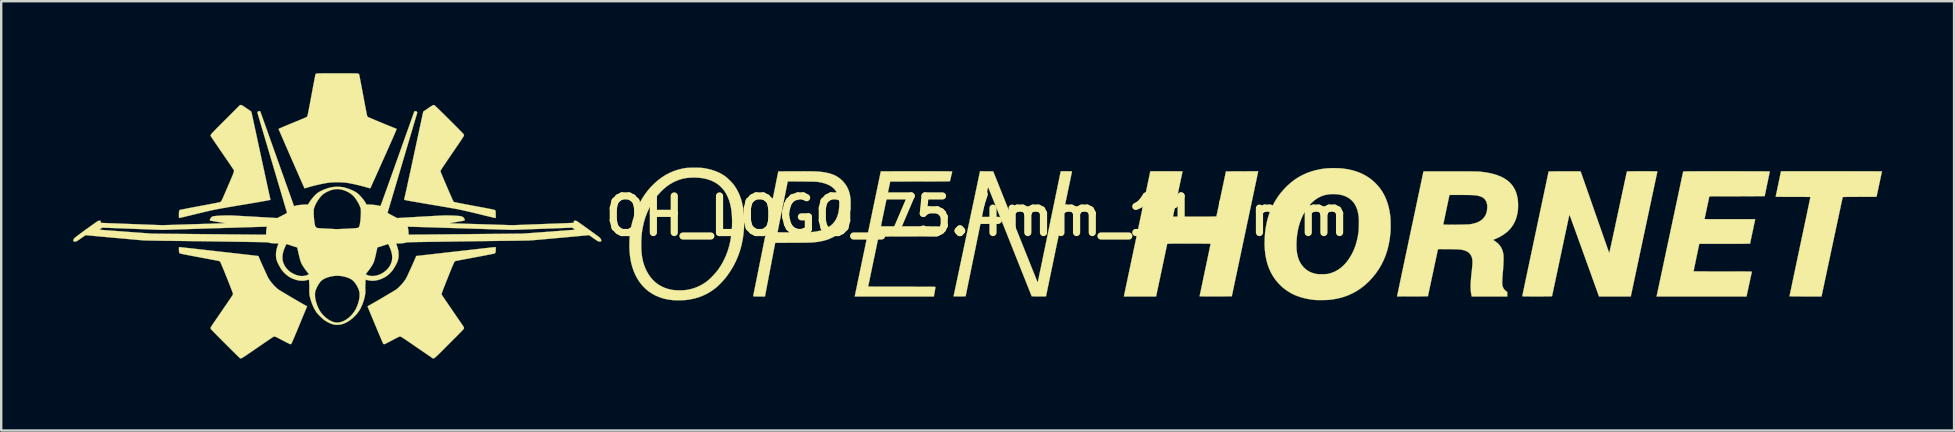
<source format=kicad_pcb>
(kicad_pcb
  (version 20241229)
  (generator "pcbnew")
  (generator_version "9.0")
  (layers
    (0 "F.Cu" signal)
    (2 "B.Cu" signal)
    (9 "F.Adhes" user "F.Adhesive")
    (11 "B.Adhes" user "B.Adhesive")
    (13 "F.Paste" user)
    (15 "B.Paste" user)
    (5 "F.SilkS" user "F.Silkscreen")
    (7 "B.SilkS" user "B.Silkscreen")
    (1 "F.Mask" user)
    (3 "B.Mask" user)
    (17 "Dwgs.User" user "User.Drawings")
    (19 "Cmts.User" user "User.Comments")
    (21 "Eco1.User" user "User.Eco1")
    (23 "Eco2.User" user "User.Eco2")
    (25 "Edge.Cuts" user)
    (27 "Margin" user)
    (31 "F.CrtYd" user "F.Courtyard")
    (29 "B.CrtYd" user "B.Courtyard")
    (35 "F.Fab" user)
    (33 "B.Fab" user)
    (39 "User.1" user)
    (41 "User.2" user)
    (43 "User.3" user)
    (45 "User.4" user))
  (footprint "OH_LOGO_75.4mm_11.9mm"
    (layer "F.Cu")
    (at 37.671 5.949)
    (property "Reference" "OH_LOGO_75.4mm_11.9mm" (at 0 0 0) (layer "F.SilkS") (effects (font (size 1.524 1.524) (thickness 0.3))))
    (attr through_hole)
    (fp_poly (pts (xy 35.778 -1.863) (xy 35.961 -1.863) (xy 36.139 -1.863) (xy 36.311 -1.863) (xy 36.476 -1.862) (xy 36.634 -1.862) (xy 36.783 -1.862) (xy 36.924 -1.862) (xy 37.056 -1.862) (xy 37.177 -1.862) (xy 37.287 -1.862) (xy 37.386 -1.862) (xy 37.472 -1.861) (xy 37.545 -1.861) (xy 37.605 -1.861) (xy 37.649 -1.861) (xy 37.679 -1.861) (xy 37.692 -1.861) (xy 37.693 -1.861) (xy 37.691 -1.852) (xy 37.686 -1.829) (xy 37.679 -1.791) (xy 37.668 -1.741) (xy 37.655 -1.681) (xy 37.64 -1.61) (xy 37.624 -1.532) (xy 37.605 -1.446) (xy 37.586 -1.356) (xy 37.581 -1.329) (xy 37.468 -0.8) (xy 36.765 -0.798) (xy 36.634 -0.797) (xy 36.519 -0.797) (xy 36.42 -0.796) (xy 36.334 -0.796) (xy 36.262 -0.795) (xy 36.203 -0.794) (xy 36.155 -0.793) (xy 36.117 -0.792) (xy 36.09 -0.79) (xy 36.071 -0.789) (xy 36.061 -0.787) (xy 36.058 -0.785) (xy 36.055 -0.776) (xy 36.05 -0.751) (xy 36.041 -0.711) (xy 36.03 -0.656) (xy 36.015 -0.588) (xy 35.997 -0.507) (xy 35.977 -0.413) (xy 35.955 -0.308) (xy 35.93 -0.192) (xy 35.903 -0.065) (xy 35.874 0.07) (xy 35.843 0.215) (xy 35.811 0.368) (xy 35.776 0.528) (xy 35.741 0.695) (xy 35.704 0.867) (xy 35.666 1.045) (xy 35.627 1.228) (xy 35.614 1.289) (xy 35.175 3.353) (xy 34.508 3.353) (xy 34.373 3.353) (xy 34.252 3.352) (xy 34.147 3.352) (xy 34.056 3.351) (xy 33.981 3.35) (xy 33.922 3.349) (xy 33.879 3.348) (xy 33.852 3.346) (xy 33.841 3.345) (xy 33.841 3.344) (xy 33.843 3.336) (xy 33.848 3.311) (xy 33.856 3.271) (xy 33.868 3.216) (xy 33.882 3.148) (xy 33.899 3.067) (xy 33.919 2.974) (xy 33.941 2.869) (xy 33.965 2.753) (xy 33.992 2.626) (xy 34.02 2.491) (xy 34.051 2.346) (xy 34.083 2.194) (xy 34.117 2.034) (xy 34.152 1.867) (xy 34.188 1.694) (xy 34.226 1.517) (xy 34.265 1.334) (xy 34.277 1.274) (xy 34.316 1.091) (xy 34.354 0.911) (xy 34.391 0.737) (xy 34.427 0.568) (xy 34.461 0.406) (xy 34.493 0.252) (xy 34.525 0.105) (xy 34.554 -0.034) (xy 34.581 -0.163) (xy 34.606 -0.282) (xy 34.629 -0.39) (xy 34.649 -0.487) (xy 34.667 -0.572) (xy 34.683 -0.645) (xy 34.695 -0.703) (xy 34.704 -0.747) (xy 34.71 -0.777) (xy 34.713 -0.791) (xy 34.713 -0.792) (xy 34.705 -0.792) (xy 34.681 -0.793) (xy 34.643 -0.793) (xy 34.591 -0.794) (xy 34.527 -0.794) (xy 34.453 -0.795) (xy 34.369 -0.795) (xy 34.276 -0.796) (xy 34.176 -0.796) (xy 34.071 -0.796) (xy 33.989 -0.796) (xy 33.88 -0.796) (xy 33.776 -0.796) (xy 33.678 -0.797) (xy 33.588 -0.797) (xy 33.506 -0.798) (xy 33.434 -0.798) (xy 33.373 -0.799) (xy 33.325 -0.8) (xy 33.29 -0.801) (xy 33.27 -0.802) (xy 33.266 -0.803) (xy 33.267 -0.812) (xy 33.272 -0.836) (xy 33.28 -0.874) (xy 33.29 -0.924) (xy 33.303 -0.986) (xy 33.318 -1.056) (xy 33.334 -1.134) (xy 33.352 -1.219) (xy 33.371 -1.309) (xy 33.371 -1.313) (xy 33.39 -1.403) (xy 33.409 -1.489) (xy 33.425 -1.569) (xy 33.441 -1.642) (xy 33.454 -1.705) (xy 33.465 -1.758) (xy 33.474 -1.799) (xy 33.48 -1.827) (xy 33.482 -1.839) (xy 33.482 -1.839) (xy 33.487 -1.863) (xy 35.59 -1.863) (xy 35.778 -1.863)) (stroke (width 0.01) (type solid)) (fill yes) (layer "F.SilkS"))
    (fp_poly (pts (xy -22.624 -4.619) (xy -22.615 -4.612) (xy -22.595 -4.594) (xy -22.565 -4.567) (xy -22.527 -4.53) (xy -22.48 -4.485) (xy -22.426 -4.433) (xy -22.367 -4.375) (xy -22.302 -4.311) (xy -22.233 -4.244) (xy -22.162 -4.173) (xy -22.088 -4.1) (xy -22.014 -4.026) (xy -21.939 -3.952) (xy -21.865 -3.878) (xy -21.793 -3.807) (xy -21.725 -3.738) (xy -21.66 -3.672) (xy -21.6 -3.611) (xy -21.546 -3.556) (xy -21.498 -3.508) (xy -21.459 -3.467) (xy -21.429 -3.435) (xy -21.408 -3.413) (xy -21.398 -3.401) (xy -21.398 -3.4) (xy -21.389 -3.368) (xy -21.389 -3.348) (xy -21.395 -3.336) (xy -21.411 -3.309) (xy -21.436 -3.27) (xy -21.47 -3.217) (xy -21.514 -3.15) (xy -21.568 -3.07) (xy -21.631 -2.977) (xy -21.703 -2.871) (xy -21.784 -2.752) (xy -21.874 -2.621) (xy -21.953 -2.506) (xy -22.026 -2.399) (xy -22.093 -2.3) (xy -22.153 -2.211) (xy -22.207 -2.131) (xy -22.253 -2.062) (xy -22.292 -2.003) (xy -22.322 -1.956) (xy -22.344 -1.921) (xy -22.357 -1.899) (xy -22.361 -1.892) (xy -22.364 -1.866) (xy -22.363 -1.844) (xy -22.363 -1.843) (xy -22.359 -1.831) (xy -22.348 -1.804) (xy -22.332 -1.765) (xy -22.311 -1.715) (xy -22.287 -1.656) (xy -22.258 -1.589) (xy -22.227 -1.515) (xy -22.193 -1.435) (xy -22.157 -1.353) (xy -22.121 -1.268) (xy -22.084 -1.182) (xy -22.048 -1.098) (xy -22.012 -1.015) (xy -21.978 -0.936) (xy -21.946 -0.863) (xy -21.916 -0.796) (xy -21.891 -0.737) (xy -21.869 -0.688) (xy -21.852 -0.65) (xy -21.84 -0.625) (xy -21.834 -0.614) (xy -21.834 -0.614) (xy -21.814 -0.594) (xy -21.794 -0.581) (xy -21.783 -0.577) (xy -21.756 -0.571) (xy -21.715 -0.563) (xy -21.661 -0.552) (xy -21.594 -0.539) (xy -21.517 -0.523) (xy -21.43 -0.507) (xy -21.335 -0.488) (xy -21.232 -0.469) (xy -21.123 -0.448) (xy -21.009 -0.427) (xy -20.946 -0.415) (xy -20.811 -0.39) (xy -20.691 -0.368) (xy -20.586 -0.348) (xy -20.495 -0.331) (xy -20.416 -0.316) (xy -20.349 -0.303) (xy -20.292 -0.292) (xy -20.245 -0.283) (xy -20.207 -0.275) (xy -20.177 -0.268) (xy -20.153 -0.262) (xy -20.135 -0.257) (xy -20.122 -0.253) (xy -20.112 -0.249) (xy -20.105 -0.245) (xy -20.1 -0.241) (xy -20.096 -0.237) (xy -20.096 -0.237) (xy -20.07 -0.211) (xy -20.068 -0.063) (xy -20.065 0.085) (xy -20.085 0.084) (xy -20.096 0.082) (xy -20.123 0.076) (xy -20.163 0.067) (xy -20.214 0.054) (xy -20.277 0.04) (xy -20.348 0.022) (xy -20.427 0.003) (xy -20.512 -0.017) (xy -20.599 -0.039) (xy -20.787 -0.085) (xy -20.959 -0.126) (xy -21.117 -0.163) (xy -21.26 -0.197) (xy -21.39 -0.226) (xy -21.507 -0.252) (xy -21.612 -0.274) (xy -21.705 -0.293) (xy -21.742 -0.3) (xy -21.772 -0.305) (xy -21.817 -0.313) (xy -21.876 -0.323) (xy -21.948 -0.336) (xy -22.031 -0.35) (xy -22.124 -0.366) (xy -22.227 -0.383) (xy -22.337 -0.402) (xy -22.453 -0.422) (xy -22.574 -0.442) (xy -22.699 -0.463) (xy -22.827 -0.485) (xy -22.839 -0.487) (xy -22.964 -0.508) (xy -23.085 -0.528) (xy -23.201 -0.548) (xy -23.311 -0.567) (xy -23.413 -0.585) (xy -23.507 -0.601) (xy -23.592 -0.616) (xy -23.666 -0.629) (xy -23.727 -0.641) (xy -23.776 -0.65) (xy -23.811 -0.657) (xy -23.83 -0.661) (xy -23.832 -0.662) (xy -23.861 -0.672) (xy -23.876 -0.68) (xy -23.882 -0.688) (xy -23.881 -0.697) (xy -23.877 -0.711) (xy -23.872 -0.728) (xy -23.867 -0.749) (xy -23.86 -0.776) (xy -23.853 -0.808) (xy -23.844 -0.846) (xy -23.834 -0.891) (xy -23.822 -0.943) (xy -23.809 -1.004) (xy -23.793 -1.073) (xy -23.776 -1.152) (xy -23.756 -1.241) (xy -23.735 -1.341) (xy -23.711 -1.452) (xy -23.684 -1.575) (xy -23.655 -1.71) (xy -23.622 -1.859) (xy -23.587 -2.022) (xy -23.549 -2.2) (xy -23.507 -2.393) (xy -23.462 -2.602) (xy -23.461 -2.608) (xy -23.086 -4.348) (xy -22.889 -4.483) (xy -22.837 -4.519) (xy -22.789 -4.551) (xy -22.746 -4.578) (xy -22.71 -4.6) (xy -22.684 -4.615) (xy -22.67 -4.621) (xy -22.669 -4.621) (xy -22.643 -4.621) (xy -22.624 -4.619)) (stroke (width 0.01) (type solid)) (fill yes) (layer "F.SilkS"))
    (fp_poly (pts (xy -30.683 -4.623) (xy -30.671 -4.622) (xy -30.659 -4.619) (xy -30.644 -4.614) (xy -30.625 -4.604) (xy -30.601 -4.589) (xy -30.569 -4.569) (xy -30.528 -4.541) (xy -30.475 -4.505) (xy -30.446 -4.485) (xy -30.248 -4.348) (xy -29.865 -2.574) (xy -29.828 -2.403) (xy -29.792 -2.237) (xy -29.757 -2.075) (xy -29.723 -1.918) (xy -29.691 -1.768) (xy -29.66 -1.626) (xy -29.631 -1.491) (xy -29.603 -1.365) (xy -29.578 -1.248) (xy -29.555 -1.142) (xy -29.534 -1.047) (xy -29.516 -0.964) (xy -29.5 -0.893) (xy -29.488 -0.836) (xy -29.478 -0.794) (xy -29.472 -0.766) (xy -29.469 -0.754) (xy -29.46 -0.726) (xy -29.453 -0.702) (xy -29.45 -0.693) (xy -29.451 -0.684) (xy -29.461 -0.676) (xy -29.484 -0.667) (xy -29.503 -0.661) (xy -29.519 -0.657) (xy -29.551 -0.651) (xy -29.597 -0.642) (xy -29.656 -0.631) (xy -29.727 -0.618) (xy -29.81 -0.604) (xy -29.902 -0.587) (xy -30.004 -0.57) (xy -30.112 -0.551) (xy -30.228 -0.532) (xy -30.349 -0.511) (xy -30.474 -0.49) (xy -30.522 -0.482) (xy -30.692 -0.454) (xy -30.845 -0.428) (xy -30.985 -0.404) (xy -31.113 -0.383) (xy -31.229 -0.363) (xy -31.335 -0.344) (xy -31.432 -0.327) (xy -31.523 -0.311) (xy -31.607 -0.295) (xy -31.688 -0.28) (xy -31.765 -0.264) (xy -31.84 -0.249) (xy -31.915 -0.233) (xy -31.991 -0.216) (xy -32.07 -0.198) (xy -32.152 -0.179) (xy -32.239 -0.159) (xy -32.333 -0.136) (xy -32.435 -0.112) (xy -32.546 -0.085) (xy -32.667 -0.056) (xy -32.702 -0.047) (xy -32.795 -0.024) (xy -32.883 -0.003) (xy -32.965 0.017) (xy -33.04 0.035) (xy -33.106 0.05) (xy -33.161 0.064) (xy -33.205 0.074) (xy -33.236 0.081) (xy -33.252 0.084) (xy -33.254 0.085) (xy -33.259 0.081) (xy -33.262 0.07) (xy -33.264 0.048) (xy -33.265 0.014) (xy -33.266 -0.034) (xy -33.266 -0.055) (xy -33.265 -0.114) (xy -33.263 -0.159) (xy -33.26 -0.191) (xy -33.255 -0.215) (xy -33.246 -0.231) (xy -33.235 -0.244) (xy -33.226 -0.25) (xy -33.215 -0.253) (xy -33.187 -0.26) (xy -33.145 -0.269) (xy -33.089 -0.281) (xy -33.02 -0.294) (xy -32.938 -0.311) (xy -32.845 -0.329) (xy -32.741 -0.348) (xy -32.627 -0.37) (xy -32.505 -0.393) (xy -32.383 -0.416) (xy -32.247 -0.441) (xy -32.126 -0.463) (xy -32.02 -0.483) (xy -31.928 -0.501) (xy -31.848 -0.516) (xy -31.78 -0.529) (xy -31.723 -0.54) (xy -31.675 -0.55) (xy -31.636 -0.558) (xy -31.605 -0.565) (xy -31.581 -0.571) (xy -31.562 -0.576) (xy -31.548 -0.581) (xy -31.537 -0.585) (xy -31.529 -0.589) (xy -31.526 -0.591) (xy -31.519 -0.596) (xy -31.513 -0.602) (xy -31.507 -0.609) (xy -31.499 -0.62) (xy -31.491 -0.634) (xy -31.48 -0.654) (xy -31.468 -0.68) (xy -31.452 -0.714) (xy -31.433 -0.756) (xy -31.41 -0.807) (xy -31.384 -0.868) (xy -31.352 -0.941) (xy -31.315 -1.027) (xy -31.272 -1.127) (xy -31.232 -1.219) (xy -31.183 -1.335) (xy -31.139 -1.436) (xy -31.102 -1.523) (xy -31.071 -1.598) (xy -31.044 -1.662) (xy -31.022 -1.715) (xy -31.005 -1.76) (xy -30.992 -1.796) (xy -30.982 -1.826) (xy -30.976 -1.849) (xy -30.973 -1.868) (xy -30.972 -1.883) (xy -30.973 -1.895) (xy -30.976 -1.905) (xy -30.98 -1.915) (xy -30.983 -1.921) (xy -30.99 -1.931) (xy -31.005 -1.954) (xy -31.029 -1.989) (xy -31.06 -2.035) (xy -31.098 -2.092) (xy -31.142 -2.157) (xy -31.192 -2.23) (xy -31.247 -2.31) (xy -31.306 -2.396) (xy -31.368 -2.487) (xy -31.434 -2.583) (xy -31.463 -2.625) (xy -31.529 -2.722) (xy -31.593 -2.815) (xy -31.653 -2.903) (xy -31.71 -2.986) (xy -31.761 -3.062) (xy -31.808 -3.131) (xy -31.848 -3.191) (xy -31.882 -3.241) (xy -31.909 -3.281) (xy -31.927 -3.309) (xy -31.937 -3.325) (xy -31.939 -3.328) (xy -31.942 -3.337) (xy -31.945 -3.345) (xy -31.946 -3.353) (xy -31.945 -3.363) (xy -31.942 -3.374) (xy -31.935 -3.387) (xy -31.924 -3.403) (xy -31.908 -3.423) (xy -31.887 -3.448) (xy -31.86 -3.477) (xy -31.827 -3.513) (xy -31.786 -3.556) (xy -31.737 -3.605) (xy -31.68 -3.664) (xy -31.613 -3.731) (xy -31.537 -3.807) (xy -31.45 -3.894) (xy -31.352 -3.992) (xy -31.329 -4.015) (xy -30.721 -4.623) (xy -30.683 -4.623)) (stroke (width 0.01) (type solid)) (fill yes) (layer "F.SilkS"))
    (fp_poly (pts (xy 0.388 -1.861) (xy 0.663 -1.858) (xy 1.587 0.455) (xy 1.662 0.644) (xy 1.737 0.83) (xy 1.809 1.011) (xy 1.879 1.186) (xy 1.947 1.356) (xy 2.012 1.519) (xy 2.075 1.675) (xy 2.134 1.823) (xy 2.19 1.963) (xy 2.242 2.094) (xy 2.291 2.215) (xy 2.335 2.326) (xy 2.376 2.426) (xy 2.411 2.515) (xy 2.442 2.592) (xy 2.468 2.656) (xy 2.488 2.706) (xy 2.503 2.743) (xy 2.512 2.765) (xy 2.515 2.772) (xy 2.517 2.764) (xy 2.522 2.74) (xy 2.531 2.701) (xy 2.542 2.648) (xy 2.557 2.58) (xy 2.574 2.499) (xy 2.593 2.406) (xy 2.615 2.3) (xy 2.64 2.184) (xy 2.666 2.056) (xy 2.695 1.919) (xy 2.725 1.773) (xy 2.757 1.617) (xy 2.791 1.454) (xy 2.827 1.284) (xy 2.863 1.107) (xy 2.901 0.924) (xy 2.94 0.735) (xy 2.98 0.542) (xy 2.997 0.457) (xy 3.476 -1.863) (xy 3.711 -1.863) (xy 3.772 -1.862) (xy 3.827 -1.862) (xy 3.874 -1.861) (xy 3.911 -1.86) (xy 3.935 -1.859) (xy 3.945 -1.858) (xy 3.945 -1.857) (xy 3.944 -1.849) (xy 3.939 -1.824) (xy 3.93 -1.784) (xy 3.919 -1.73) (xy 3.905 -1.661) (xy 3.888 -1.579) (xy 3.868 -1.484) (xy 3.846 -1.377) (xy 3.821 -1.259) (xy 3.794 -1.129) (xy 3.765 -0.989) (xy 3.734 -0.84) (xy 3.701 -0.681) (xy 3.666 -0.514) (xy 3.63 -0.34) (xy 3.592 -0.158) (xy 3.553 0.03) (xy 3.512 0.225) (xy 3.471 0.424) (xy 3.428 0.628) (xy 3.404 0.745) (xy 3.361 0.952) (xy 3.318 1.154) (xy 3.277 1.351) (xy 3.237 1.543) (xy 3.199 1.729) (xy 3.161 1.907) (xy 3.126 2.079) (xy 3.092 2.242) (xy 3.059 2.397) (xy 3.029 2.542) (xy 3.001 2.677) (xy 2.975 2.802) (xy 2.951 2.916) (xy 2.93 3.018) (xy 2.912 3.107) (xy 2.896 3.183) (xy 2.883 3.246) (xy 2.873 3.294) (xy 2.866 3.327) (xy 2.862 3.345) (xy 2.862 3.348) (xy 2.854 3.349) (xy 2.83 3.35) (xy 2.794 3.351) (xy 2.747 3.351) (xy 2.69 3.351) (xy 2.626 3.351) (xy 2.565 3.351) (xy 2.268 3.349) (xy 1.36 1.07) (xy 1.285 0.882) (xy 1.212 0.698) (xy 1.14 0.518) (xy 1.071 0.344) (xy 1.004 0.176) (xy 0.94 0.015) (xy 0.878 -0.139) (xy 0.819 -0.286) (xy 0.764 -0.423) (xy 0.713 -0.552) (xy 0.665 -0.671) (xy 0.621 -0.78) (xy 0.582 -0.878) (xy 0.547 -0.964) (xy 0.517 -1.038) (xy 0.492 -1.099) (xy 0.473 -1.147) (xy 0.459 -1.181) (xy 0.451 -1.201) (xy 0.449 -1.205) (xy 0.447 -1.196) (xy 0.441 -1.172) (xy 0.433 -1.132) (xy 0.422 -1.078) (xy 0.407 -1.01) (xy 0.39 -0.929) (xy 0.371 -0.835) (xy 0.349 -0.729) (xy 0.325 -0.612) (xy 0.299 -0.484) (xy 0.27 -0.347) (xy 0.24 -0.2) (xy 0.208 -0.045) (xy 0.175 0.118) (xy 0.14 0.288) (xy 0.103 0.465) (xy 0.066 0.647) (xy 0.027 0.835) (xy -0.012 1.027) (xy -0.022 1.074) (xy -0.488 3.349) (xy -0.74 3.351) (xy -0.812 3.351) (xy -0.868 3.352) (xy -0.912 3.352) (xy -0.943 3.351) (xy -0.965 3.35) (xy -0.979 3.348) (xy -0.986 3.345) (xy -0.988 3.342) (xy -0.987 3.338) (xy -0.985 3.329) (xy -0.98 3.304) (xy -0.972 3.264) (xy -0.96 3.21) (xy -0.946 3.143) (xy -0.929 3.062) (xy -0.909 2.97) (xy -0.887 2.867) (xy -0.863 2.753) (xy -0.837 2.629) (xy -0.809 2.497) (xy -0.779 2.356) (xy -0.748 2.208) (xy -0.715 2.054) (xy -0.681 1.894) (xy -0.646 1.729) (xy -0.61 1.559) (xy -0.574 1.386) (xy -0.536 1.21) (xy -0.499 1.033) (xy -0.461 0.854) (xy -0.423 0.675) (xy -0.385 0.496) (xy -0.348 0.318) (xy -0.311 0.142) (xy -0.274 -0.031) (xy -0.238 -0.201) (xy -0.203 -0.366) (xy -0.169 -0.527) (xy -0.136 -0.681) (xy -0.105 -0.83) (xy -0.075 -0.971) (xy -0.047 -1.104) (xy -0.021 -1.228) (xy 0.003 -1.342) (xy 0.025 -1.446) (xy 0.045 -1.54) (xy 0.062 -1.621) (xy 0.076 -1.689) (xy 0.088 -1.744) (xy 0.096 -1.785) (xy 0.102 -1.811) (xy 0.103 -1.818) (xy 0.112 -1.863) (xy 0.388 -1.861)) (stroke (width 0.01) (type solid)) (fill yes) (layer "F.SilkS"))
    (fp_poly (pts (xy 14.919 -1.993) (xy 15.013 -1.991) (xy 15.101 -1.988) (xy 15.179 -1.983) (xy 15.227 -1.978) (xy 15.436 -1.947) (xy 15.633 -1.903) (xy 15.819 -1.846) (xy 15.994 -1.777) (xy 16.158 -1.694) (xy 16.312 -1.599) (xy 16.456 -1.49) (xy 16.59 -1.368) (xy 16.713 -1.233) (xy 16.797 -1.127) (xy 16.894 -0.981) (xy 16.979 -0.824) (xy 17.051 -0.655) (xy 17.112 -0.476) (xy 17.159 -0.285) (xy 17.195 -0.085) (xy 17.209 0.03) (xy 17.214 0.096) (xy 17.218 0.175) (xy 17.221 0.263) (xy 17.222 0.356) (xy 17.222 0.449) (xy 17.221 0.539) (xy 17.218 0.622) (xy 17.214 0.693) (xy 17.213 0.698) (xy 17.186 0.943) (xy 17.144 1.179) (xy 17.089 1.404) (xy 17.02 1.62) (xy 16.937 1.827) (xy 16.84 2.025) (xy 16.729 2.214) (xy 16.603 2.395) (xy 16.463 2.568) (xy 16.311 2.731) (xy 16.155 2.875) (xy 15.991 3.005) (xy 15.819 3.12) (xy 15.64 3.22) (xy 15.452 3.305) (xy 15.256 3.375) (xy 15.052 3.431) (xy 14.84 3.472) (xy 14.679 3.492) (xy 14.636 3.496) (xy 14.579 3.499) (xy 14.512 3.501) (xy 14.438 3.503) (xy 14.362 3.504) (xy 14.287 3.504) (xy 14.216 3.504) (xy 14.152 3.503) (xy 14.1 3.501) (xy 14.08 3.499) (xy 13.923 3.483) (xy 13.764 3.456) (xy 13.605 3.421) (xy 13.451 3.377) (xy 13.307 3.327) (xy 13.211 3.287) (xy 13.084 3.224) (xy 12.957 3.149) (xy 12.834 3.065) (xy 12.722 2.976) (xy 12.676 2.936) (xy 12.545 2.803) (xy 12.426 2.662) (xy 12.322 2.511) (xy 12.231 2.351) (xy 12.154 2.182) (xy 12.09 2.002) (xy 12.04 1.813) (xy 12.003 1.614) (xy 11.98 1.404) (xy 11.969 1.185) (xy 11.97 1.176) (xy 13.297 1.176) (xy 13.299 1.313) (xy 13.307 1.441) (xy 13.323 1.556) (xy 13.327 1.579) (xy 13.358 1.711) (xy 13.399 1.83) (xy 13.451 1.938) (xy 13.514 2.037) (xy 13.59 2.129) (xy 13.604 2.144) (xy 13.687 2.22) (xy 13.775 2.284) (xy 13.871 2.336) (xy 13.977 2.377) (xy 14.094 2.408) (xy 14.186 2.425) (xy 14.202 2.426) (xy 14.232 2.426) (xy 14.273 2.427) (xy 14.322 2.426) (xy 14.376 2.426) (xy 14.389 2.426) (xy 14.456 2.424) (xy 14.509 2.423) (xy 14.552 2.42) (xy 14.587 2.416) (xy 14.618 2.411) (xy 14.639 2.406) (xy 14.779 2.365) (xy 14.912 2.309) (xy 15.037 2.238) (xy 15.156 2.152) (xy 15.268 2.051) (xy 15.374 1.935) (xy 15.474 1.802) (xy 15.504 1.757) (xy 15.6 1.596) (xy 15.683 1.427) (xy 15.752 1.248) (xy 15.809 1.059) (xy 15.853 0.859) (xy 15.88 0.694) (xy 15.885 0.644) (xy 15.89 0.582) (xy 15.893 0.51) (xy 15.896 0.433) (xy 15.898 0.354) (xy 15.899 0.275) (xy 15.899 0.201) (xy 15.898 0.134) (xy 15.896 0.078) (xy 15.892 0.042) (xy 15.87 -0.103) (xy 15.839 -0.235) (xy 15.797 -0.353) (xy 15.745 -0.46) (xy 15.683 -0.555) (xy 15.61 -0.639) (xy 15.609 -0.64) (xy 15.52 -0.717) (xy 15.42 -0.781) (xy 15.31 -0.832) (xy 15.188 -0.871) (xy 15.057 -0.898) (xy 14.915 -0.911) (xy 14.774 -0.912) (xy 14.638 -0.901) (xy 14.511 -0.879) (xy 14.393 -0.845) (xy 14.28 -0.798) (xy 14.169 -0.737) (xy 14.144 -0.722) (xy 14.033 -0.641) (xy 13.928 -0.546) (xy 13.828 -0.436) (xy 13.735 -0.314) (xy 13.649 -0.18) (xy 13.57 -0.036) (xy 13.501 0.116) (xy 13.441 0.276) (xy 13.392 0.443) (xy 13.386 0.464) (xy 13.356 0.601) (xy 13.332 0.743) (xy 13.314 0.888) (xy 13.303 1.034) (xy 13.297 1.176) (xy 11.97 1.176) (xy 11.973 0.955) (xy 11.989 0.713) (xy 12.019 0.481) (xy 12.062 0.258) (xy 12.118 0.044) (xy 12.188 -0.162) (xy 12.272 -0.361) (xy 12.37 -0.553) (xy 12.416 -0.633) (xy 12.524 -0.801) (xy 12.646 -0.964) (xy 12.779 -1.118) (xy 12.921 -1.263) (xy 13.07 -1.395) (xy 13.225 -1.513) (xy 13.271 -1.545) (xy 13.43 -1.644) (xy 13.593 -1.729) (xy 13.762 -1.802) (xy 13.938 -1.863) (xy 14.124 -1.913) (xy 14.32 -1.953) (xy 14.495 -1.978) (xy 14.561 -1.984) (xy 14.641 -1.989) (xy 14.729 -1.992) (xy 14.824 -1.994) (xy 14.919 -1.993)) (stroke (width 0.01) (type solid)) (fill yes) (layer "F.SilkS"))
    (fp_poly (pts (xy 11.697 -1.831) (xy 11.695 -1.82) (xy 11.689 -1.794) (xy 11.68 -1.752) (xy 11.669 -1.695) (xy 11.654 -1.624) (xy 11.636 -1.54) (xy 11.616 -1.444) (xy 11.593 -1.335) (xy 11.567 -1.215) (xy 11.54 -1.084) (xy 11.51 -0.942) (xy 11.478 -0.792) (xy 11.445 -0.632) (xy 11.409 -0.464) (xy 11.372 -0.288) (xy 11.333 -0.106) (xy 11.294 0.083) (xy 11.252 0.277) (xy 11.21 0.477) (xy 11.167 0.681) (xy 11.147 0.775) (xy 10.603 3.349) (xy 9.933 3.351) (xy 9.795 3.351) (xy 9.675 3.351) (xy 9.57 3.351) (xy 9.481 3.351) (xy 9.408 3.35) (xy 9.35 3.349) (xy 9.307 3.348) (xy 9.279 3.347) (xy 9.265 3.345) (xy 9.263 3.344) (xy 9.264 3.335) (xy 9.269 3.31) (xy 9.277 3.271) (xy 9.288 3.218) (xy 9.302 3.152) (xy 9.318 3.075) (xy 9.337 2.986) (xy 9.357 2.889) (xy 9.38 2.782) (xy 9.404 2.668) (xy 9.429 2.547) (xy 9.456 2.42) (xy 9.484 2.289) (xy 9.491 2.253) (xy 9.519 2.12) (xy 9.546 1.992) (xy 9.572 1.87) (xy 9.596 1.754) (xy 9.619 1.645) (xy 9.64 1.545) (xy 9.659 1.454) (xy 9.676 1.373) (xy 9.69 1.304) (xy 9.702 1.248) (xy 9.711 1.205) (xy 9.717 1.176) (xy 9.72 1.162) (xy 9.72 1.161) (xy 9.715 1.16) (xy 9.702 1.158) (xy 9.678 1.157) (xy 9.644 1.156) (xy 9.599 1.155) (xy 9.542 1.154) (xy 9.473 1.153) (xy 9.39 1.153) (xy 9.294 1.152) (xy 9.182 1.152) (xy 9.056 1.152) (xy 8.914 1.151) (xy 8.819 1.151) (xy 8.675 1.151) (xy 8.548 1.152) (xy 8.436 1.152) (xy 8.338 1.152) (xy 8.253 1.152) (xy 8.18 1.152) (xy 8.118 1.153) (xy 8.067 1.153) (xy 8.025 1.154) (xy 7.992 1.155) (xy 7.966 1.156) (xy 7.946 1.157) (xy 7.932 1.159) (xy 7.923 1.16) (xy 7.917 1.162) (xy 7.914 1.164) (xy 7.913 1.166) (xy 7.911 1.176) (xy 7.905 1.202) (xy 7.896 1.242) (xy 7.885 1.296) (xy 7.871 1.362) (xy 7.854 1.44) (xy 7.836 1.528) (xy 7.815 1.626) (xy 7.792 1.733) (xy 7.768 1.847) (xy 7.742 1.968) (xy 7.716 2.095) (xy 7.688 2.226) (xy 7.683 2.248) (xy 7.656 2.38) (xy 7.629 2.507) (xy 7.603 2.629) (xy 7.578 2.745) (xy 7.555 2.853) (xy 7.534 2.953) (xy 7.515 3.044) (xy 7.498 3.124) (xy 7.484 3.193) (xy 7.472 3.249) (xy 7.463 3.292) (xy 7.457 3.32) (xy 7.454 3.333) (xy 7.454 3.334) (xy 7.449 3.353) (xy 6.107 3.353) (xy 6.134 3.224) (xy 6.138 3.205) (xy 6.145 3.17) (xy 6.156 3.12) (xy 6.169 3.056) (xy 6.186 2.978) (xy 6.205 2.886) (xy 6.227 2.782) (xy 6.252 2.667) (xy 6.278 2.54) (xy 6.307 2.403) (xy 6.338 2.256) (xy 6.371 2.101) (xy 6.406 1.936) (xy 6.442 1.765) (xy 6.48 1.586) (xy 6.519 1.401) (xy 6.559 1.211) (xy 6.601 1.015) (xy 6.643 0.815) (xy 6.685 0.616) (xy 7.209 -1.863) (xy 7.88 -1.863) (xy 7.985 -1.863) (xy 8.085 -1.863) (xy 8.179 -1.862) (xy 8.265 -1.862) (xy 8.342 -1.862) (xy 8.409 -1.862) (xy 8.465 -1.861) (xy 8.508 -1.861) (xy 8.537 -1.861) (xy 8.55 -1.86) (xy 8.551 -1.86) (xy 8.55 -1.851) (xy 8.545 -1.828) (xy 8.537 -1.79) (xy 8.526 -1.739) (xy 8.513 -1.677) (xy 8.498 -1.605) (xy 8.481 -1.524) (xy 8.462 -1.435) (xy 8.442 -1.34) (xy 8.421 -1.24) (xy 8.399 -1.136) (xy 8.376 -1.03) (xy 8.354 -0.922) (xy 8.331 -0.815) (xy 8.308 -0.708) (xy 8.286 -0.605) (xy 8.265 -0.505) (xy 8.245 -0.411) (xy 8.226 -0.323) (xy 8.209 -0.242) (xy 8.194 -0.171) (xy 8.181 -0.11) (xy 8.171 -0.06) (xy 8.163 -0.024) (xy 8.158 -0.001) (xy 8.156 0.006) (xy 8.152 0.025) (xy 9.054 0.025) (xy 9.199 0.025) (xy 9.327 0.025) (xy 9.44 0.025) (xy 9.539 0.025) (xy 9.625 0.025) (xy 9.699 0.024) (xy 9.761 0.024) (xy 9.812 0.023) (xy 9.855 0.022) (xy 9.888 0.022) (xy 9.914 0.02) (xy 9.934 0.019) (xy 9.947 0.018) (xy 9.956 0.016) (xy 9.961 0.014) (xy 9.962 0.012) (xy 9.965 0.002) (xy 9.97 -0.023) (xy 9.979 -0.063) (xy 9.991 -0.116) (xy 10.005 -0.181) (xy 10.021 -0.258) (xy 10.04 -0.345) (xy 10.06 -0.441) (xy 10.082 -0.545) (xy 10.106 -0.656) (xy 10.131 -0.773) (xy 10.156 -0.894) (xy 10.164 -0.93) (xy 10.36 -1.858) (xy 11.031 -1.861) (xy 11.702 -1.863) (xy 11.697 -1.831)) (stroke (width 0.01) (type solid)) (fill yes) (layer "F.SilkS"))
    (fp_poly (pts (xy -7.16 -1.862) (xy -7.058 -1.861) (xy -6.969 -1.861) (xy -6.89 -1.86) (xy -6.82 -1.858) (xy -6.758 -1.857) (xy -6.703 -1.854) (xy -6.653 -1.852) (xy -6.607 -1.848) (xy -6.564 -1.845) (xy -6.523 -1.84) (xy -6.481 -1.835) (xy -6.439 -1.829) (xy -6.43 -1.828) (xy -6.284 -1.803) (xy -6.152 -1.772) (xy -6.033 -1.733) (xy -5.924 -1.687) (xy -5.825 -1.631) (xy -5.732 -1.566) (xy -5.645 -1.491) (xy -5.6 -1.445) (xy -5.513 -1.343) (xy -5.44 -1.233) (xy -5.38 -1.114) (xy -5.334 -0.986) (xy -5.302 -0.848) (xy -5.282 -0.7) (xy -5.276 -0.543) (xy -5.278 -0.461) (xy -5.291 -0.285) (xy -5.315 -0.121) (xy -5.35 0.032) (xy -5.397 0.175) (xy -5.456 0.31) (xy -5.527 0.436) (xy -5.546 0.466) (xy -5.589 0.524) (xy -5.642 0.586) (xy -5.703 0.65) (xy -5.767 0.711) (xy -5.83 0.765) (xy -5.89 0.81) (xy -5.898 0.815) (xy -6.023 0.889) (xy -6.162 0.953) (xy -6.312 1.006) (xy -6.473 1.047) (xy -6.645 1.078) (xy -6.651 1.079) (xy -6.691 1.084) (xy -6.731 1.089) (xy -6.771 1.093) (xy -6.813 1.097) (xy -6.857 1.1) (xy -6.906 1.103) (xy -6.96 1.106) (xy -7.021 1.108) (xy -7.091 1.109) (xy -7.17 1.111) (xy -7.26 1.112) (xy -7.362 1.113) (xy -7.478 1.114) (xy -7.608 1.115) (xy -7.692 1.115) (xy -8.421 1.119) (xy -8.627 2.196) (xy -8.652 2.329) (xy -8.677 2.458) (xy -8.701 2.582) (xy -8.723 2.7) (xy -8.744 2.81) (xy -8.764 2.913) (xy -8.782 3.006) (xy -8.798 3.088) (xy -8.811 3.16) (xy -8.823 3.219) (xy -8.831 3.264) (xy -8.838 3.296) (xy -8.841 3.312) (xy -8.841 3.313) (xy -8.849 3.353) (xy -9.094 3.353) (xy -9.168 3.353) (xy -9.227 3.352) (xy -9.271 3.351) (xy -9.303 3.35) (xy -9.324 3.348) (xy -9.335 3.345) (xy -9.339 3.342) (xy -9.337 3.333) (xy -9.332 3.308) (xy -9.324 3.268) (xy -9.313 3.213) (xy -9.299 3.144) (xy -9.283 3.061) (xy -9.264 2.966) (xy -9.242 2.858) (xy -9.218 2.739) (xy -9.192 2.609) (xy -9.164 2.469) (xy -9.134 2.319) (xy -9.102 2.16) (xy -9.068 1.993) (xy -9.033 1.818) (xy -8.996 1.635) (xy -8.958 1.447) (xy -8.919 1.252) (xy -8.879 1.052) (xy -8.837 0.848) (xy -8.815 0.737) (xy -8.803 0.676) (xy -8.323 0.676) (xy -8.315 0.677) (xy -8.291 0.679) (xy -8.253 0.681) (xy -8.204 0.682) (xy -8.143 0.683) (xy -8.073 0.684) (xy -7.996 0.685) (xy -7.913 0.685) (xy -7.824 0.686) (xy -7.733 0.686) (xy -7.64 0.686) (xy -7.548 0.686) (xy -7.457 0.686) (xy -7.369 0.685) (xy -7.285 0.684) (xy -7.208 0.683) (xy -7.139 0.682) (xy -7.079 0.681) (xy -7.03 0.679) (xy -6.996 0.677) (xy -6.842 0.664) (xy -6.703 0.645) (xy -6.575 0.618) (xy -6.457 0.584) (xy -6.347 0.541) (xy -6.31 0.525) (xy -6.199 0.465) (xy -6.1 0.395) (xy -6.014 0.315) (xy -5.941 0.225) (xy -5.88 0.124) (xy -5.831 0.012) (xy -5.794 -0.112) (xy -5.768 -0.247) (xy -5.754 -0.395) (xy -5.751 -0.445) (xy -5.751 -0.561) (xy -5.758 -0.665) (xy -5.773 -0.758) (xy -5.796 -0.844) (xy -5.827 -0.925) (xy -5.829 -0.928) (xy -5.878 -1.019) (xy -5.939 -1.101) (xy -6.01 -1.173) (xy -6.094 -1.236) (xy -6.189 -1.29) (xy -6.299 -1.337) (xy -6.421 -1.375) (xy -6.559 -1.406) (xy -6.659 -1.423) (xy -6.677 -1.425) (xy -6.709 -1.426) (xy -6.754 -1.428) (xy -6.811 -1.429) (xy -6.876 -1.431) (xy -6.949 -1.432) (xy -7.029 -1.433) (xy -7.113 -1.435) (xy -7.201 -1.436) (xy -7.289 -1.437) (xy -7.378 -1.438) (xy -7.464 -1.438) (xy -7.548 -1.439) (xy -7.626 -1.439) (xy -7.697 -1.439) (xy -7.761 -1.439) (xy -7.814 -1.439) (xy -7.856 -1.438) (xy -7.884 -1.437) (xy -7.898 -1.436) (xy -7.899 -1.436) (xy -7.901 -1.427) (xy -7.906 -1.403) (xy -7.914 -1.364) (xy -7.924 -1.311) (xy -7.937 -1.246) (xy -7.953 -1.169) (xy -7.97 -1.082) (xy -7.99 -0.985) (xy -8.011 -0.879) (xy -8.034 -0.766) (xy -8.058 -0.646) (xy -8.083 -0.52) (xy -8.11 -0.39) (xy -8.111 -0.383) (xy -8.137 -0.252) (xy -8.163 -0.126) (xy -8.187 -0.006) (xy -8.21 0.109) (xy -8.231 0.215) (xy -8.251 0.313) (xy -8.269 0.401) (xy -8.284 0.479) (xy -8.297 0.546) (xy -8.308 0.599) (xy -8.316 0.64) (xy -8.321 0.665) (xy -8.323 0.675) (xy -8.323 0.676) (xy -8.803 0.676) (xy -8.292 -1.858) (xy -7.547 -1.861) (xy -7.403 -1.861) (xy -7.274 -1.862) (xy -7.16 -1.862)) (stroke (width 0.01) (type solid)) (fill yes) (layer "F.SilkS"))
    (fp_poly (pts (xy -11.706 -2.01) (xy -11.641 -2.01) (xy -11.587 -2.009) (xy -11.543 -2.007) (xy -11.504 -2.005) (xy -11.469 -2.002) (xy -11.435 -1.998) (xy -11.4 -1.993) (xy -11.388 -1.991) (xy -11.211 -1.958) (xy -11.047 -1.915) (xy -10.894 -1.863) (xy -10.751 -1.8) (xy -10.616 -1.726) (xy -10.511 -1.658) (xy -10.47 -1.626) (xy -10.421 -1.584) (xy -10.367 -1.534) (xy -10.311 -1.48) (xy -10.257 -1.425) (xy -10.207 -1.371) (xy -10.163 -1.321) (xy -10.13 -1.278) (xy -10.127 -1.274) (xy -10.039 -1.139) (xy -9.964 -1) (xy -9.899 -0.855) (xy -9.845 -0.701) (xy -9.8 -0.54) (xy -9.764 -0.367) (xy -9.738 -0.183) (xy -9.721 0.01) (xy -9.714 0.209) (xy -9.717 0.413) (xy -9.73 0.619) (xy -9.753 0.825) (xy -9.775 0.974) (xy -9.825 1.216) (xy -9.89 1.452) (xy -9.971 1.679) (xy -10.066 1.899) (xy -10.177 2.113) (xy -10.303 2.32) (xy -10.445 2.52) (xy -10.493 2.582) (xy -10.535 2.632) (xy -10.586 2.689) (xy -10.642 2.75) (xy -10.702 2.812) (xy -10.762 2.872) (xy -10.82 2.927) (xy -10.872 2.974) (xy -10.914 3.009) (xy -11.074 3.125) (xy -11.242 3.227) (xy -11.417 3.313) (xy -11.6 3.384) (xy -11.79 3.439) (xy -11.988 3.48) (xy -12.143 3.501) (xy -12.203 3.506) (xy -12.275 3.509) (xy -12.355 3.511) (xy -12.438 3.512) (xy -12.521 3.512) (xy -12.598 3.51) (xy -12.665 3.507) (xy -12.704 3.504) (xy -12.893 3.479) (xy -13.071 3.44) (xy -13.24 3.386) (xy -13.4 3.319) (xy -13.551 3.238) (xy -13.692 3.143) (xy -13.824 3.034) (xy -13.857 3.003) (xy -13.973 2.88) (xy -14.079 2.745) (xy -14.173 2.597) (xy -14.256 2.439) (xy -14.327 2.269) (xy -14.386 2.09) (xy -14.433 1.901) (xy -14.466 1.704) (xy -14.469 1.682) (xy -14.49 1.471) (xy -14.497 1.29) (xy -14.002 1.29) (xy -13.995 1.46) (xy -13.98 1.618) (xy -13.957 1.766) (xy -13.926 1.905) (xy -13.886 2.037) (xy -13.838 2.165) (xy -13.792 2.265) (xy -13.713 2.41) (xy -13.623 2.541) (xy -13.523 2.659) (xy -13.413 2.763) (xy -13.293 2.854) (xy -13.164 2.931) (xy -13.025 2.994) (xy -12.877 3.042) (xy -12.72 3.077) (xy -12.666 3.085) (xy -12.607 3.091) (xy -12.536 3.095) (xy -12.457 3.097) (xy -12.375 3.098) (xy -12.294 3.096) (xy -12.219 3.093) (xy -12.155 3.087) (xy -12.14 3.085) (xy -11.977 3.056) (xy -11.816 3.012) (xy -11.66 2.953) (xy -11.511 2.881) (xy -11.397 2.814) (xy -11.334 2.771) (xy -11.277 2.73) (xy -11.223 2.687) (xy -11.169 2.64) (xy -11.11 2.584) (xy -11.053 2.528) (xy -10.947 2.417) (xy -10.852 2.305) (xy -10.766 2.19) (xy -10.686 2.066) (xy -10.608 1.932) (xy -10.57 1.858) (xy -10.48 1.667) (xy -10.404 1.468) (xy -10.341 1.262) (xy -10.291 1.046) (xy -10.254 0.821) (xy -10.23 0.586) (xy -10.22 0.412) (xy -10.217 0.201) (xy -10.224 0.004) (xy -10.239 -0.181) (xy -10.265 -0.353) (xy -10.301 -0.513) (xy -10.346 -0.663) (xy -10.402 -0.802) (xy -10.468 -0.932) (xy -10.525 -1.025) (xy -10.568 -1.082) (xy -10.621 -1.144) (xy -10.68 -1.206) (xy -10.742 -1.264) (xy -10.803 -1.315) (xy -10.842 -1.343) (xy -10.963 -1.417) (xy -11.093 -1.478) (xy -11.231 -1.526) (xy -11.379 -1.563) (xy -11.537 -1.587) (xy -11.706 -1.6) (xy -11.815 -1.602) (xy -11.976 -1.596) (xy -12.126 -1.581) (xy -12.269 -1.554) (xy -12.406 -1.515) (xy -12.542 -1.463) (xy -12.66 -1.408) (xy -12.793 -1.333) (xy -12.92 -1.247) (xy -13.044 -1.147) (xy -13.167 -1.032) (xy -13.17 -1.029) (xy -13.312 -0.875) (xy -13.441 -0.71) (xy -13.558 -0.534) (xy -13.662 -0.348) (xy -13.752 -0.153) (xy -13.83 0.051) (xy -13.893 0.262) (xy -13.941 0.481) (xy -13.948 0.518) (xy -13.963 0.61) (xy -13.976 0.696) (xy -13.985 0.779) (xy -13.992 0.863) (xy -13.997 0.954) (xy -14 1.056) (xy -14.001 1.107) (xy -14.002 1.29) (xy -14.497 1.29) (xy -14.498 1.253) (xy -14.495 1.033) (xy -14.479 0.818) (xy -14.469 0.728) (xy -14.433 0.503) (xy -14.384 0.281) (xy -14.321 0.062) (xy -14.246 -0.151) (xy -14.159 -0.358) (xy -14.061 -0.557) (xy -13.952 -0.746) (xy -13.833 -0.925) (xy -13.706 -1.091) (xy -13.608 -1.202) (xy -13.457 -1.354) (xy -13.302 -1.49) (xy -13.142 -1.61) (xy -12.977 -1.715) (xy -12.806 -1.803) (xy -12.63 -1.877) (xy -12.447 -1.935) (xy -12.332 -1.963) (xy -12.272 -1.976) (xy -12.218 -1.986) (xy -12.168 -1.994) (xy -12.118 -2.001) (xy -12.066 -2.005) (xy -12.009 -2.008) (xy -11.944 -2.01) (xy -11.867 -2.01) (xy -11.786 -2.01) (xy -11.706 -2.01)) (stroke (width 0.01) (type solid)) (fill yes) (layer "F.SilkS"))
    (fp_poly (pts (xy -26.707 -5.944) (xy -26.665 -5.944) (xy -26.526 -5.944) (xy -26.402 -5.944) (xy -26.293 -5.943) (xy -26.198 -5.943) (xy -26.117 -5.943) (xy -26.047 -5.943) (xy -25.988 -5.942) (xy -25.939 -5.941) (xy -25.899 -5.94) (xy -25.867 -5.94) (xy -25.842 -5.938) (xy -25.823 -5.937) (xy -25.81 -5.935) (xy -25.8 -5.933) (xy -25.793 -5.931) (xy -25.789 -5.93) (xy -25.769 -5.913) (xy -25.756 -5.896) (xy -25.754 -5.885) (xy -25.748 -5.858) (xy -25.74 -5.817) (xy -25.729 -5.763) (xy -25.716 -5.697) (xy -25.701 -5.62) (xy -25.685 -5.533) (xy -25.667 -5.438) (xy -25.647 -5.335) (xy -25.626 -5.225) (xy -25.605 -5.111) (xy -25.59 -5.033) (xy -25.568 -4.915) (xy -25.547 -4.802) (xy -25.527 -4.694) (xy -25.508 -4.594) (xy -25.49 -4.501) (xy -25.473 -4.417) (xy -25.459 -4.343) (xy -25.447 -4.281) (xy -25.436 -4.231) (xy -25.429 -4.194) (xy -25.424 -4.173) (xy -25.422 -4.167) (xy -25.406 -4.144) (xy -25.39 -4.126) (xy -25.38 -4.121) (xy -25.356 -4.11) (xy -25.319 -4.094) (xy -25.271 -4.073) (xy -25.213 -4.048) (xy -25.147 -4.02) (xy -25.075 -3.99) (xy -24.997 -3.957) (xy -24.915 -3.923) (xy -24.832 -3.888) (xy -24.747 -3.853) (xy -24.664 -3.819) (xy -24.582 -3.785) (xy -24.505 -3.754) (xy -24.433 -3.724) (xy -24.367 -3.698) (xy -24.31 -3.675) (xy -24.263 -3.656) (xy -24.227 -3.642) (xy -24.204 -3.633) (xy -24.196 -3.631) (xy -24.195 -3.628) (xy -24.197 -3.62) (xy -24.202 -3.606) (xy -24.21 -3.585) (xy -24.221 -3.557) (xy -24.235 -3.521) (xy -24.254 -3.477) (xy -24.277 -3.424) (xy -24.304 -3.361) (xy -24.336 -3.288) (xy -24.373 -3.204) (xy -24.416 -3.108) (xy -24.464 -3) (xy -24.517 -2.879) (xy -24.577 -2.745) (xy -24.643 -2.597) (xy -24.716 -2.434) (xy -24.731 -2.4) (xy -24.792 -2.264) (xy -24.852 -2.131) (xy -24.909 -2.003) (xy -24.963 -1.882) (xy -25.015 -1.766) (xy -25.063 -1.659) (xy -25.108 -1.559) (xy -25.149 -1.469) (xy -25.185 -1.388) (xy -25.216 -1.319) (xy -25.242 -1.261) (xy -25.263 -1.215) (xy -25.278 -1.183) (xy -25.286 -1.164) (xy -25.288 -1.16) (xy -25.293 -1.156) (xy -25.304 -1.156) (xy -25.322 -1.158) (xy -25.35 -1.165) (xy -25.391 -1.177) (xy -25.418 -1.185) (xy -25.539 -1.22) (xy -25.67 -1.254) (xy -25.804 -1.288) (xy -25.94 -1.319) (xy -26.071 -1.346) (xy -26.193 -1.37) (xy -26.281 -1.385) (xy -26.331 -1.391) (xy -26.396 -1.396) (xy -26.47 -1.4) (xy -26.551 -1.403) (xy -26.636 -1.404) (xy -26.721 -1.404) (xy -26.802 -1.403) (xy -26.876 -1.4) (xy -26.94 -1.396) (xy -26.974 -1.393) (xy -27.071 -1.38) (xy -27.18 -1.362) (xy -27.299 -1.339) (xy -27.424 -1.312) (xy -27.552 -1.283) (xy -27.679 -1.251) (xy -27.802 -1.218) (xy -27.887 -1.193) (xy -27.933 -1.179) (xy -27.973 -1.168) (xy -28.005 -1.159) (xy -28.025 -1.153) (xy -28.031 -1.152) (xy -28.035 -1.159) (xy -28.046 -1.182) (xy -28.062 -1.218) (xy -28.084 -1.267) (xy -28.112 -1.329) (xy -28.144 -1.402) (xy -28.181 -1.485) (xy -28.222 -1.578) (xy -28.267 -1.681) (xy -28.315 -1.791) (xy -28.367 -1.908) (xy -28.421 -2.032) (xy -28.478 -2.162) (xy -28.537 -2.296) (xy -28.575 -2.384) (xy -28.635 -2.521) (xy -28.693 -2.654) (xy -28.749 -2.782) (xy -28.802 -2.904) (xy -28.852 -3.02) (xy -28.899 -3.128) (xy -28.943 -3.228) (xy -28.982 -3.318) (xy -29.017 -3.399) (xy -29.047 -3.469) (xy -29.072 -3.527) (xy -29.092 -3.572) (xy -29.106 -3.604) (xy -29.113 -3.623) (xy -29.115 -3.626) (xy -29.108 -3.631) (xy -29.085 -3.642) (xy -29.049 -3.659) (xy -28.999 -3.681) (xy -28.936 -3.708) (xy -28.861 -3.74) (xy -28.775 -3.776) (xy -28.678 -3.816) (xy -28.571 -3.86) (xy -28.548 -3.869) (xy -28.454 -3.908) (xy -28.365 -3.945) (xy -28.28 -3.979) (xy -28.203 -4.012) (xy -28.133 -4.041) (xy -28.073 -4.066) (xy -28.024 -4.087) (xy -27.986 -4.104) (xy -27.962 -4.115) (xy -27.953 -4.119) (xy -27.931 -4.139) (xy -27.913 -4.164) (xy -27.912 -4.166) (xy -27.908 -4.179) (xy -27.902 -4.208) (xy -27.892 -4.252) (xy -27.88 -4.31) (xy -27.866 -4.382) (xy -27.849 -4.466) (xy -27.831 -4.563) (xy -27.81 -4.67) (xy -27.788 -4.788) (xy -27.764 -4.916) (xy -27.741 -5.041) (xy -27.719 -5.158) (xy -27.698 -5.271) (xy -27.678 -5.379) (xy -27.659 -5.479) (xy -27.641 -5.572) (xy -27.625 -5.655) (xy -27.611 -5.728) (xy -27.599 -5.79) (xy -27.589 -5.84) (xy -27.582 -5.876) (xy -27.577 -5.897) (xy -27.575 -5.902) (xy -27.572 -5.909) (xy -27.568 -5.915) (xy -27.564 -5.92) (xy -27.557 -5.924) (xy -27.548 -5.928) (xy -27.534 -5.932) (xy -27.516 -5.934) (xy -27.491 -5.937) (xy -27.46 -5.939) (xy -27.421 -5.94) (xy -27.373 -5.941) (xy -27.315 -5.942) (xy -27.246 -5.943) (xy -27.166 -5.943) (xy -27.073 -5.943) (xy -26.966 -5.944) (xy -26.844 -5.944) (xy -26.707 -5.944)) (stroke (width 0.01) (type solid)) (fill yes) (layer "F.SilkS"))
    (fp_poly (pts (xy 19.884 -1.858) (xy 20.041 -1.858) (xy 20.183 -1.858) (xy 20.31 -1.858) (xy 20.423 -1.857) (xy 20.523 -1.857) (xy 20.611 -1.856) (xy 20.687 -1.855) (xy 20.752 -1.854) (xy 20.807 -1.853) (xy 20.852 -1.852) (xy 20.889 -1.851) (xy 20.918 -1.849) (xy 20.94 -1.848) (xy 20.942 -1.847) (xy 21.143 -1.823) (xy 21.329 -1.791) (xy 21.501 -1.751) (xy 21.658 -1.702) (xy 21.802 -1.646) (xy 21.931 -1.581) (xy 22.047 -1.508) (xy 22.151 -1.427) (xy 22.241 -1.336) (xy 22.319 -1.237) (xy 22.384 -1.129) (xy 22.397 -1.105) (xy 22.447 -0.986) (xy 22.487 -0.855) (xy 22.516 -0.711) (xy 22.518 -0.696) (xy 22.525 -0.638) (xy 22.529 -0.567) (xy 22.531 -0.489) (xy 22.532 -0.408) (xy 22.53 -0.329) (xy 22.526 -0.256) (xy 22.52 -0.194) (xy 22.518 -0.183) (xy 22.487 -0.025) (xy 22.443 0.123) (xy 22.386 0.26) (xy 22.314 0.387) (xy 22.23 0.504) (xy 22.132 0.611) (xy 22.04 0.693) (xy 21.907 0.789) (xy 21.762 0.874) (xy 21.607 0.947) (xy 21.573 0.961) (xy 21.539 0.974) (xy 21.512 0.985) (xy 21.495 0.992) (xy 21.491 0.994) (xy 21.497 0.999) (xy 21.514 1.011) (xy 21.54 1.029) (xy 21.566 1.045) (xy 21.66 1.115) (xy 21.739 1.192) (xy 21.805 1.279) (xy 21.857 1.375) (xy 21.895 1.482) (xy 21.916 1.571) (xy 21.922 1.615) (xy 21.926 1.675) (xy 21.927 1.747) (xy 21.927 1.83) (xy 21.924 1.923) (xy 21.92 2.023) (xy 21.914 2.128) (xy 21.906 2.237) (xy 21.9 2.307) (xy 21.889 2.434) (xy 21.88 2.547) (xy 21.874 2.646) (xy 21.871 2.73) (xy 21.871 2.799) (xy 21.873 2.853) (xy 21.877 2.888) (xy 21.901 2.967) (xy 21.939 3.038) (xy 21.992 3.099) (xy 22.045 3.143) (xy 22.081 3.167) (xy 22.081 3.353) (xy 20.601 3.353) (xy 20.591 3.308) (xy 20.577 3.236) (xy 20.566 3.162) (xy 20.559 3.085) (xy 20.555 3.003) (xy 20.554 2.914) (xy 20.557 2.817) (xy 20.563 2.71) (xy 20.572 2.591) (xy 20.585 2.459) (xy 20.595 2.366) (xy 20.607 2.256) (xy 20.617 2.161) (xy 20.624 2.079) (xy 20.628 2.009) (xy 20.631 1.95) (xy 20.631 1.898) (xy 20.629 1.853) (xy 20.625 1.814) (xy 20.619 1.778) (xy 20.612 1.75) (xy 20.583 1.667) (xy 20.541 1.595) (xy 20.486 1.535) (xy 20.418 1.486) (xy 20.338 1.448) (xy 20.286 1.431) (xy 20.25 1.422) (xy 20.216 1.414) (xy 20.182 1.407) (xy 20.147 1.401) (xy 20.108 1.397) (xy 20.065 1.393) (xy 20.015 1.39) (xy 19.956 1.388) (xy 19.887 1.386) (xy 19.806 1.384) (xy 19.712 1.383) (xy 19.624 1.382) (xy 19.54 1.382) (xy 19.462 1.381) (xy 19.391 1.381) (xy 19.328 1.38) (xy 19.275 1.38) (xy 19.235 1.381) (xy 19.207 1.381) (xy 19.194 1.381) (xy 19.194 1.381) (xy 19.192 1.39) (xy 19.187 1.414) (xy 19.179 1.452) (xy 19.168 1.504) (xy 19.154 1.569) (xy 19.138 1.645) (xy 19.119 1.731) (xy 19.099 1.827) (xy 19.077 1.931) (xy 19.053 2.043) (xy 19.028 2.161) (xy 19.002 2.284) (xy 18.984 2.366) (xy 18.774 3.349) (xy 18.132 3.351) (xy 17.49 3.353) (xy 17.495 3.321) (xy 17.498 3.31) (xy 17.503 3.284) (xy 17.512 3.242) (xy 17.524 3.185) (xy 17.539 3.115) (xy 17.556 3.031) (xy 17.577 2.934) (xy 17.6 2.825) (xy 17.625 2.705) (xy 17.653 2.574) (xy 17.682 2.432) (xy 17.714 2.282) (xy 17.748 2.122) (xy 17.783 1.954) (xy 17.82 1.779) (xy 17.859 1.596) (xy 17.899 1.407) (xy 17.94 1.213) (xy 17.982 1.013) (xy 18.025 0.809) (xy 18.045 0.715) (xy 18.122 0.354) (xy 19.415 0.354) (xy 19.423 0.357) (xy 19.446 0.359) (xy 19.483 0.361) (xy 19.532 0.362) (xy 19.59 0.363) (xy 19.658 0.364) (xy 19.732 0.364) (xy 19.812 0.364) (xy 19.895 0.364) (xy 19.979 0.363) (xy 20.064 0.362) (xy 20.147 0.36) (xy 20.227 0.359) (xy 20.302 0.357) (xy 20.371 0.355) (xy 20.431 0.353) (xy 20.481 0.35) (xy 20.52 0.347) (xy 20.544 0.344) (xy 20.667 0.319) (xy 20.776 0.288) (xy 20.871 0.251) (xy 20.954 0.205) (xy 21.027 0.152) (xy 21.067 0.114) (xy 21.127 0.045) (xy 21.174 -0.031) (xy 21.209 -0.116) (xy 21.233 -0.211) (xy 21.246 -0.317) (xy 21.248 -0.334) (xy 21.247 -0.432) (xy 21.233 -0.52) (xy 21.207 -0.599) (xy 21.168 -0.668) (xy 21.129 -0.714) (xy 21.087 -0.751) (xy 21.042 -0.78) (xy 20.988 -0.805) (xy 20.926 -0.825) (xy 20.89 -0.835) (xy 20.856 -0.844) (xy 20.821 -0.851) (xy 20.785 -0.857) (xy 20.745 -0.862) (xy 20.699 -0.866) (xy 20.648 -0.869) (xy 20.588 -0.872) (xy 20.518 -0.873) (xy 20.437 -0.875) (xy 20.344 -0.875) (xy 20.236 -0.876) (xy 20.159 -0.876) (xy 19.673 -0.876) (xy 19.544 -0.267) (xy 19.523 -0.168) (xy 19.503 -0.073) (xy 19.485 0.015) (xy 19.468 0.097) (xy 19.452 0.169) (xy 19.44 0.231) (xy 19.429 0.282) (xy 19.421 0.321) (xy 19.416 0.345) (xy 19.415 0.354) (xy 18.122 0.354) (xy 18.59 -1.858) (xy 19.711 -1.858) (xy 19.884 -1.858)) (stroke (width 0.01) (type solid)) (fill yes) (layer "F.SilkS"))
    (fp_poly (pts (xy 31.391 -1.863) (xy 31.56 -1.863) (xy 31.723 -1.862) (xy 31.881 -1.862) (xy 32.031 -1.862) (xy 32.174 -1.862) (xy 32.309 -1.861) (xy 32.434 -1.861) (xy 32.549 -1.861) (xy 32.654 -1.86) (xy 32.747 -1.86) (xy 32.828 -1.859) (xy 32.896 -1.859) (xy 32.949 -1.858) (xy 32.989 -1.857) (xy 33.012 -1.857) (xy 33.02 -1.856) (xy 33.018 -1.847) (xy 33.013 -1.823) (xy 33.006 -1.785) (xy 32.995 -1.734) (xy 32.983 -1.673) (xy 32.968 -1.603) (xy 32.952 -1.525) (xy 32.934 -1.44) (xy 32.916 -1.35) (xy 32.914 -1.343) (xy 32.895 -1.253) (xy 32.878 -1.167) (xy 32.861 -1.088) (xy 32.847 -1.017) (xy 32.834 -0.955) (xy 32.823 -0.904) (xy 32.815 -0.865) (xy 32.81 -0.839) (xy 32.808 -0.829) (xy 32.808 -0.828) (xy 32.8 -0.828) (xy 32.776 -0.827) (xy 32.737 -0.826) (xy 32.683 -0.825) (xy 32.617 -0.824) (xy 32.538 -0.823) (xy 32.449 -0.823) (xy 32.349 -0.822) (xy 32.241 -0.821) (xy 32.124 -0.821) (xy 31.999 -0.82) (xy 31.869 -0.82) (xy 31.733 -0.819) (xy 31.655 -0.819) (xy 30.502 -0.817) (xy 30.402 -0.351) (xy 30.384 -0.265) (xy 30.367 -0.183) (xy 30.351 -0.108) (xy 30.336 -0.041) (xy 30.324 0.017) (xy 30.314 0.064) (xy 30.307 0.099) (xy 30.303 0.12) (xy 30.302 0.125) (xy 30.306 0.126) (xy 30.315 0.128) (xy 30.332 0.129) (xy 30.357 0.13) (xy 30.391 0.131) (xy 30.435 0.132) (xy 30.489 0.133) (xy 30.554 0.134) (xy 30.631 0.134) (xy 30.721 0.135) (xy 30.824 0.135) (xy 30.941 0.135) (xy 31.072 0.135) (xy 31.22 0.135) (xy 31.357 0.135) (xy 32.412 0.135) (xy 32.407 0.159) (xy 32.404 0.171) (xy 32.399 0.199) (xy 32.39 0.239) (xy 32.379 0.292) (xy 32.365 0.355) (xy 32.35 0.427) (xy 32.334 0.507) (xy 32.316 0.592) (xy 32.3 0.664) (xy 32.282 0.752) (xy 32.264 0.835) (xy 32.248 0.911) (xy 32.234 0.98) (xy 32.222 1.039) (xy 32.212 1.088) (xy 32.204 1.124) (xy 32.2 1.146) (xy 32.199 1.153) (xy 32.19 1.154) (xy 32.166 1.155) (xy 32.127 1.155) (xy 32.074 1.156) (xy 32.008 1.157) (xy 31.93 1.158) (xy 31.842 1.158) (xy 31.743 1.159) (xy 31.636 1.159) (xy 31.521 1.159) (xy 31.399 1.16) (xy 31.272 1.16) (xy 31.141 1.16) (xy 30.082 1.16) (xy 30.078 1.179) (xy 30.074 1.195) (xy 30.068 1.226) (xy 30.059 1.268) (xy 30.048 1.322) (xy 30.034 1.385) (xy 30.02 1.455) (xy 30.004 1.532) (xy 29.987 1.612) (xy 29.97 1.695) (xy 29.953 1.779) (xy 29.935 1.862) (xy 29.919 1.943) (xy 29.903 2.019) (xy 29.888 2.09) (xy 29.875 2.154) (xy 29.864 2.208) (xy 29.855 2.252) (xy 29.849 2.283) (xy 29.845 2.3) (xy 29.845 2.303) (xy 29.853 2.305) (xy 29.878 2.306) (xy 29.919 2.307) (xy 29.976 2.307) (xy 30.048 2.308) (xy 30.134 2.309) (xy 30.235 2.31) (xy 30.35 2.31) (xy 30.478 2.311) (xy 30.619 2.311) (xy 30.773 2.311) (xy 30.939 2.311) (xy 31.061 2.311) (xy 31.228 2.311) (xy 31.38 2.311) (xy 31.516 2.311) (xy 31.637 2.312) (xy 31.745 2.312) (xy 31.841 2.312) (xy 31.924 2.312) (xy 31.995 2.313) (xy 32.057 2.313) (xy 32.108 2.314) (xy 32.151 2.314) (xy 32.186 2.315) (xy 32.213 2.316) (xy 32.234 2.317) (xy 32.25 2.318) (xy 32.261 2.32) (xy 32.267 2.321) (xy 32.271 2.323) (xy 32.272 2.325) (xy 32.272 2.326) (xy 32.269 2.337) (xy 32.264 2.363) (xy 32.255 2.402) (xy 32.244 2.454) (xy 32.23 2.516) (xy 32.215 2.587) (xy 32.198 2.667) (xy 32.18 2.752) (xy 32.16 2.842) (xy 32.159 2.847) (xy 32.051 3.353) (xy 28.302 3.353) (xy 28.307 3.334) (xy 28.309 3.324) (xy 28.314 3.298) (xy 28.323 3.257) (xy 28.335 3.202) (xy 28.35 3.132) (xy 28.368 3.049) (xy 28.388 2.954) (xy 28.411 2.846) (xy 28.436 2.726) (xy 28.464 2.596) (xy 28.494 2.456) (xy 28.526 2.306) (xy 28.56 2.147) (xy 28.595 1.98) (xy 28.632 1.805) (xy 28.671 1.623) (xy 28.711 1.434) (xy 28.752 1.24) (xy 28.795 1.041) (xy 28.838 0.837) (xy 28.859 0.741) (xy 28.902 0.535) (xy 28.945 0.334) (xy 28.987 0.137) (xy 29.028 -0.054) (xy 29.067 -0.238) (xy 29.105 -0.417) (xy 29.141 -0.587) (xy 29.176 -0.75) (xy 29.209 -0.904) (xy 29.239 -1.049) (xy 29.268 -1.184) (xy 29.295 -1.308) (xy 29.319 -1.421) (xy 29.34 -1.522) (xy 29.359 -1.611) (xy 29.375 -1.686) (xy 29.389 -1.748) (xy 29.399 -1.796) (xy 29.406 -1.829) (xy 29.41 -1.845) (xy 29.41 -1.848) (xy 29.411 -1.85) (xy 29.414 -1.851) (xy 29.419 -1.853) (xy 29.427 -1.854) (xy 29.438 -1.855) (xy 29.454 -1.856) (xy 29.475 -1.857) (xy 29.501 -1.858) (xy 29.534 -1.859) (xy 29.573 -1.859) (xy 29.621 -1.86) (xy 29.676 -1.861) (xy 29.74 -1.861) (xy 29.815 -1.861) (xy 29.899 -1.862) (xy 29.994 -1.862) (xy 30.101 -1.862) (xy 30.221 -1.862) (xy 30.353 -1.862) (xy 30.499 -1.863) (xy 30.659 -1.863) (xy 30.834 -1.863) (xy 31.025 -1.863) (xy 31.217 -1.863) (xy 31.391 -1.863)) (stroke (width 0.01) (type solid)) (fill yes) (layer "F.SilkS"))
    (fp_poly (pts (xy -2.344 -1.863) (xy -2.174 -1.863) (xy -2.019 -1.863) (xy -1.879 -1.863) (xy -1.753 -1.862) (xy -1.64 -1.862) (xy -1.54 -1.862) (xy -1.452 -1.862) (xy -1.374 -1.861) (xy -1.307 -1.861) (xy -1.25 -1.86) (xy -1.202 -1.86) (xy -1.161 -1.859) (xy -1.128 -1.858) (xy -1.102 -1.858) (xy -1.082 -1.856) (xy -1.067 -1.855) (xy -1.056 -1.854) (xy -1.05 -1.853) (xy -1.046 -1.851) (xy -1.045 -1.849) (xy -1.045 -1.848) (xy -1.048 -1.836) (xy -1.055 -1.809) (xy -1.064 -1.772) (xy -1.075 -1.726) (xy -1.087 -1.674) (xy -1.092 -1.651) (xy -1.105 -1.597) (xy -1.117 -1.548) (xy -1.127 -1.507) (xy -1.134 -1.476) (xy -1.139 -1.457) (xy -1.14 -1.454) (xy -1.141 -1.452) (xy -1.144 -1.45) (xy -1.15 -1.449) (xy -1.159 -1.447) (xy -1.172 -1.446) (xy -1.19 -1.445) (xy -1.214 -1.444) (xy -1.245 -1.443) (xy -1.283 -1.442) (xy -1.33 -1.441) (xy -1.385 -1.441) (xy -1.451 -1.44) (xy -1.527 -1.44) (xy -1.614 -1.439) (xy -1.714 -1.439) (xy -1.827 -1.438) (xy -1.953 -1.438) (xy -2.095 -1.438) (xy -2.252 -1.437) (xy -2.386 -1.437) (xy -3.628 -1.435) (xy -3.82 -0.521) (xy -3.846 -0.399) (xy -3.87 -0.281) (xy -3.894 -0.169) (xy -3.916 -0.064) (xy -3.936 0.034) (xy -3.955 0.123) (xy -3.971 0.202) (xy -3.985 0.27) (xy -3.996 0.327) (xy -4.005 0.37) (xy -4.01 0.398) (xy -4.013 0.412) (xy -4.013 0.413) (xy -4.013 0.432) (xy -2.798 0.432) (xy -2.631 0.432) (xy -2.479 0.432) (xy -2.343 0.432) (xy -2.221 0.432) (xy -2.113 0.432) (xy -2.018 0.432) (xy -1.935 0.433) (xy -1.863 0.433) (xy -1.802 0.433) (xy -1.75 0.434) (xy -1.707 0.435) (xy -1.672 0.436) (xy -1.645 0.436) (xy -1.623 0.438) (xy -1.608 0.439) (xy -1.597 0.44) (xy -1.589 0.442) (xy -1.586 0.443) (xy -1.584 0.445) (xy -1.584 0.447) (xy -1.586 0.459) (xy -1.59 0.485) (xy -1.598 0.523) (xy -1.607 0.57) (xy -1.618 0.623) (xy -1.625 0.656) (xy -1.665 0.851) (xy -2.89 0.853) (xy -3.032 0.853) (xy -3.17 0.854) (xy -3.303 0.854) (xy -3.428 0.854) (xy -3.546 0.855) (xy -3.656 0.855) (xy -3.756 0.856) (xy -3.846 0.856) (xy -3.925 0.857) (xy -3.991 0.857) (xy -4.044 0.858) (xy -4.083 0.858) (xy -4.107 0.859) (xy -4.115 0.859) (xy -4.116 0.868) (xy -4.121 0.892) (xy -4.129 0.93) (xy -4.14 0.983) (xy -4.154 1.048) (xy -4.17 1.124) (xy -4.188 1.211) (xy -4.208 1.308) (xy -4.23 1.413) (xy -4.254 1.526) (xy -4.278 1.645) (xy -4.305 1.77) (xy -4.331 1.896) (xy -4.358 2.025) (xy -4.384 2.15) (xy -4.409 2.27) (xy -4.432 2.382) (xy -4.454 2.488) (xy -4.474 2.585) (xy -4.492 2.672) (xy -4.508 2.748) (xy -4.522 2.813) (xy -4.532 2.866) (xy -4.54 2.905) (xy -4.545 2.929) (xy -4.547 2.937) (xy -4.54 2.939) (xy -4.521 2.94) (xy -4.489 2.941) (xy -4.444 2.942) (xy -4.385 2.943) (xy -4.312 2.944) (xy -4.225 2.944) (xy -4.123 2.945) (xy -4.006 2.945) (xy -3.874 2.946) (xy -3.727 2.946) (xy -3.563 2.946) (xy -3.383 2.946) (xy -3.187 2.946) (xy -3.145 2.946) (xy -2.965 2.946) (xy -2.801 2.946) (xy -2.652 2.946) (xy -2.517 2.947) (xy -2.397 2.947) (xy -2.29 2.947) (xy -2.195 2.947) (xy -2.112 2.947) (xy -2.04 2.948) (xy -1.977 2.948) (xy -1.924 2.949) (xy -1.88 2.949) (xy -1.844 2.95) (xy -1.815 2.951) (xy -1.792 2.952) (xy -1.774 2.953) (xy -1.762 2.954) (xy -1.753 2.956) (xy -1.748 2.957) (xy -1.745 2.959) (xy -1.744 2.961) (xy -1.744 2.962) (xy -1.746 2.974) (xy -1.749 2.999) (xy -1.755 3.035) (xy -1.762 3.079) (xy -1.771 3.127) (xy -1.779 3.176) (xy -1.787 3.224) (xy -1.795 3.267) (xy -1.802 3.303) (xy -1.806 3.327) (xy -1.808 3.334) (xy -1.812 3.353) (xy -5.108 3.353) (xy -5.103 3.33) (xy -5.101 3.319) (xy -5.095 3.293) (xy -5.087 3.252) (xy -5.075 3.196) (xy -5.061 3.126) (xy -5.043 3.043) (xy -5.023 2.947) (xy -5.001 2.838) (xy -4.976 2.719) (xy -4.948 2.588) (xy -4.919 2.447) (xy -4.888 2.297) (xy -4.854 2.137) (xy -4.819 1.97) (xy -4.783 1.795) (xy -4.745 1.612) (xy -4.705 1.424) (xy -4.665 1.229) (xy -4.623 1.029) (xy -4.581 0.825) (xy -4.56 0.726) (xy -4.517 0.52) (xy -4.475 0.319) (xy -4.434 0.122) (xy -4.394 -0.069) (xy -4.356 -0.254) (xy -4.319 -0.432) (xy -4.283 -0.602) (xy -4.249 -0.765) (xy -4.217 -0.919) (xy -4.187 -1.063) (xy -4.159 -1.198) (xy -4.133 -1.322) (xy -4.11 -1.434) (xy -4.089 -1.535) (xy -4.07 -1.624) (xy -4.055 -1.699) (xy -4.042 -1.76) (xy -4.032 -1.808) (xy -4.025 -1.84) (xy -4.022 -1.856) (xy -4.022 -1.858) (xy -4.013 -1.859) (xy -3.989 -1.859) (xy -3.949 -1.86) (xy -3.895 -1.86) (xy -3.828 -1.861) (xy -3.748 -1.861) (xy -3.656 -1.861) (xy -3.553 -1.862) (xy -3.44 -1.862) (xy -3.317 -1.862) (xy -3.187 -1.862) (xy -3.048 -1.862) (xy -2.904 -1.863) (xy -2.753 -1.863) (xy -2.597 -1.863) (xy -2.531 -1.863) (xy -2.344 -1.863)) (stroke (width 0.01) (type solid)) (fill yes) (layer "F.SilkS"))
    (fp_poly (pts (xy 27.823 -1.863) (xy 27.926 -1.863) (xy 28.015 -1.862) (xy 28.089 -1.862) (xy 28.152 -1.862) (xy 28.203 -1.861) (xy 28.243 -1.861) (xy 28.275 -1.86) (xy 28.298 -1.859) (xy 28.315 -1.857) (xy 28.326 -1.855) (xy 28.332 -1.853) (xy 28.335 -1.851) (xy 28.335 -1.848) (xy 28.335 -1.848) (xy 28.333 -1.838) (xy 28.327 -1.813) (xy 28.319 -1.773) (xy 28.307 -1.717) (xy 28.292 -1.648) (xy 28.274 -1.565) (xy 28.254 -1.47) (xy 28.231 -1.362) (xy 28.206 -1.243) (xy 28.178 -1.113) (xy 28.148 -0.973) (xy 28.116 -0.823) (xy 28.082 -0.665) (xy 28.047 -0.498) (xy 28.01 -0.323) (xy 27.971 -0.141) (xy 27.931 0.047) (xy 27.89 0.241) (xy 27.847 0.44) (xy 27.804 0.644) (xy 27.783 0.741) (xy 27.74 0.946) (xy 27.697 1.148) (xy 27.655 1.344) (xy 27.614 1.536) (xy 27.575 1.721) (xy 27.537 1.899) (xy 27.501 2.07) (xy 27.466 2.233) (xy 27.433 2.387) (xy 27.402 2.532) (xy 27.374 2.667) (xy 27.347 2.791) (xy 27.323 2.905) (xy 27.302 3.006) (xy 27.283 3.095) (xy 27.266 3.171) (xy 27.253 3.233) (xy 27.243 3.281) (xy 27.236 3.314) (xy 27.232 3.331) (xy 27.232 3.334) (xy 27.227 3.353) (xy 25.904 3.353) (xy 25.29 1.647) (xy 25.231 1.483) (xy 25.174 1.324) (xy 25.118 1.169) (xy 25.064 1.021) (xy 25.013 0.878) (xy 24.964 0.743) (xy 24.918 0.616) (xy 24.875 0.498) (xy 24.836 0.389) (xy 24.8 0.29) (xy 24.768 0.202) (xy 24.74 0.125) (xy 24.717 0.061) (xy 24.698 0.009) (xy 24.684 -0.028) (xy 24.675 -0.051) (xy 24.672 -0.059) (xy 24.672 -0.059) (xy 24.67 -0.051) (xy 24.664 -0.027) (xy 24.656 0.012) (xy 24.644 0.065) (xy 24.629 0.132) (xy 24.612 0.211) (xy 24.593 0.302) (xy 24.571 0.405) (xy 24.547 0.518) (xy 24.52 0.64) (xy 24.492 0.771) (xy 24.463 0.91) (xy 24.432 1.057) (xy 24.399 1.21) (xy 24.365 1.369) (xy 24.331 1.532) (xy 24.309 1.636) (xy 24.273 1.803) (xy 24.239 1.965) (xy 24.206 2.122) (xy 24.174 2.273) (xy 24.143 2.417) (xy 24.114 2.554) (xy 24.087 2.683) (xy 24.061 2.802) (xy 24.038 2.912) (xy 24.017 3.011) (xy 23.998 3.099) (xy 23.982 3.174) (xy 23.969 3.237) (xy 23.958 3.285) (xy 23.951 3.32) (xy 23.947 3.339) (xy 23.946 3.342) (xy 23.942 3.344) (xy 23.931 3.346) (xy 23.911 3.348) (xy 23.883 3.349) (xy 23.845 3.35) (xy 23.795 3.351) (xy 23.734 3.352) (xy 23.66 3.352) (xy 23.572 3.353) (xy 23.469 3.353) (xy 23.35 3.353) (xy 23.325 3.353) (xy 23.208 3.353) (xy 23.106 3.353) (xy 23.02 3.353) (xy 22.946 3.352) (xy 22.886 3.352) (xy 22.836 3.351) (xy 22.797 3.351) (xy 22.766 3.35) (xy 22.744 3.348) (xy 22.728 3.347) (xy 22.717 3.345) (xy 22.711 3.343) (xy 22.709 3.341) (xy 22.708 3.338) (xy 22.71 3.329) (xy 22.715 3.303) (xy 22.723 3.263) (xy 22.735 3.207) (xy 22.749 3.138) (xy 22.767 3.055) (xy 22.787 2.96) (xy 22.809 2.852) (xy 22.834 2.733) (xy 22.862 2.603) (xy 22.891 2.463) (xy 22.923 2.313) (xy 22.956 2.154) (xy 22.992 1.987) (xy 23.028 1.812) (xy 23.067 1.63) (xy 23.107 1.441) (xy 23.148 1.247) (xy 23.19 1.047) (xy 23.233 0.843) (xy 23.257 0.732) (xy 23.805 -1.858) (xy 24.47 -1.861) (xy 24.592 -1.861) (xy 24.698 -1.861) (xy 24.79 -1.861) (xy 24.868 -1.861) (xy 24.933 -1.861) (xy 24.987 -1.861) (xy 25.031 -1.86) (xy 25.065 -1.86) (xy 25.091 -1.859) (xy 25.111 -1.857) (xy 25.124 -1.856) (xy 25.133 -1.854) (xy 25.138 -1.852) (xy 25.141 -1.849) (xy 25.141 -1.848) (xy 25.145 -1.839) (xy 25.153 -1.814) (xy 25.167 -1.775) (xy 25.186 -1.722) (xy 25.209 -1.656) (xy 25.236 -1.578) (xy 25.267 -1.489) (xy 25.302 -1.388) (xy 25.341 -1.278) (xy 25.383 -1.158) (xy 25.428 -1.03) (xy 25.475 -0.894) (xy 25.525 -0.751) (xy 25.577 -0.602) (xy 25.631 -0.447) (xy 25.687 -0.288) (xy 25.736 -0.148) (xy 25.793 0.015) (xy 25.848 0.174) (xy 25.902 0.328) (xy 25.954 0.476) (xy 26.004 0.618) (xy 26.051 0.752) (xy 26.095 0.879) (xy 26.137 0.997) (xy 26.175 1.106) (xy 26.209 1.204) (xy 26.24 1.292) (xy 26.267 1.367) (xy 26.289 1.431) (xy 26.307 1.481) (xy 26.32 1.518) (xy 26.328 1.54) (xy 26.33 1.547) (xy 26.332 1.539) (xy 26.338 1.516) (xy 26.347 1.478) (xy 26.359 1.426) (xy 26.373 1.361) (xy 26.391 1.282) (xy 26.411 1.192) (xy 26.433 1.09) (xy 26.457 0.978) (xy 26.484 0.856) (xy 26.512 0.726) (xy 26.542 0.587) (xy 26.574 0.441) (xy 26.606 0.288) (xy 26.64 0.13) (xy 26.675 -0.033) (xy 26.699 -0.142) (xy 26.734 -0.309) (xy 26.769 -0.471) (xy 26.803 -0.629) (xy 26.835 -0.78) (xy 26.866 -0.924) (xy 26.895 -1.061) (xy 26.923 -1.19) (xy 26.949 -1.31) (xy 26.972 -1.42) (xy 26.994 -1.519) (xy 27.013 -1.607) (xy 27.029 -1.682) (xy 27.042 -1.745) (xy 27.053 -1.794) (xy 27.061 -1.829) (xy 27.065 -1.848) (xy 27.066 -1.852) (xy 27.07 -1.854) (xy 27.081 -1.856) (xy 27.1 -1.857) (xy 27.128 -1.859) (xy 27.167 -1.86) (xy 27.216 -1.861) (xy 27.276 -1.861) (xy 27.35 -1.862) (xy 27.438 -1.862) (xy 27.54 -1.863) (xy 27.657 -1.863) (xy 27.704 -1.863) (xy 27.823 -1.863)) (stroke (width 0.01) (type solid)) (fill yes) (layer "F.SilkS"))
    (fp_poly (pts (xy -33.238 1.296) (xy -33.212 1.299) (xy -33.172 1.304) (xy -33.117 1.31) (xy -33.05 1.317) (xy -32.971 1.326) (xy -32.881 1.336) (xy -32.782 1.347) (xy -32.673 1.359) (xy -32.556 1.372) (xy -32.433 1.386) (xy -32.304 1.401) (xy -32.17 1.416) (xy -32.032 1.432) (xy -31.891 1.447) (xy -31.748 1.464) (xy -31.604 1.48) (xy -31.46 1.496) (xy -31.318 1.512) (xy -31.177 1.528) (xy -31.04 1.544) (xy -30.906 1.559) (xy -30.778 1.574) (xy -30.655 1.587) (xy -30.54 1.601) (xy -30.433 1.613) (xy -30.334 1.624) (xy -30.246 1.634) (xy -30.169 1.643) (xy -30.103 1.651) (xy -30.051 1.657) (xy -30.013 1.661) (xy -29.99 1.664) (xy -29.983 1.665) (xy -29.96 1.67) (xy -29.949 1.678) (xy -29.944 1.694) (xy -29.939 1.706) (xy -29.928 1.733) (xy -29.912 1.771) (xy -29.891 1.82) (xy -29.866 1.876) (xy -29.838 1.94) (xy -29.808 2.008) (xy -29.776 2.08) (xy -29.743 2.152) (xy -29.71 2.225) (xy -29.678 2.295) (xy -29.648 2.361) (xy -29.62 2.422) (xy -29.595 2.475) (xy -29.575 2.519) (xy -29.558 2.552) (xy -29.551 2.568) (xy -29.509 2.638) (xy -29.456 2.715) (xy -29.394 2.793) (xy -29.326 2.871) (xy -29.256 2.945) (xy -29.185 3.01) (xy -29.118 3.065) (xy -29.117 3.066) (xy -29.102 3.076) (xy -29.073 3.094) (xy -29.033 3.119) (xy -28.982 3.149) (xy -28.923 3.185) (xy -28.856 3.224) (xy -28.784 3.268) (xy -28.706 3.313) (xy -28.626 3.361) (xy -28.544 3.409) (xy -28.462 3.457) (xy -28.381 3.504) (xy -28.303 3.55) (xy -28.229 3.592) (xy -28.161 3.632) (xy -28.1 3.667) (xy -28.047 3.697) (xy -28.005 3.721) (xy -27.974 3.738) (xy -27.963 3.744) (xy -27.925 3.763) (xy -28.246 4.538) (xy -28.303 4.675) (xy -28.355 4.801) (xy -28.402 4.914) (xy -28.445 5.014) (xy -28.482 5.101) (xy -28.514 5.175) (xy -28.54 5.235) (xy -28.56 5.28) (xy -28.575 5.311) (xy -28.583 5.326) (xy -28.584 5.328) (xy -28.606 5.339) (xy -28.624 5.342) (xy -28.636 5.339) (xy -28.661 5.327) (xy -28.698 5.31) (xy -28.744 5.287) (xy -28.799 5.259) (xy -28.86 5.228) (xy -28.925 5.193) (xy -28.947 5.182) (xy -29.026 5.14) (xy -29.091 5.106) (xy -29.144 5.078) (xy -29.187 5.057) (xy -29.221 5.041) (xy -29.248 5.031) (xy -29.269 5.024) (xy -29.286 5.022) (xy -29.3 5.022) (xy -29.313 5.025) (xy -29.322 5.028) (xy -29.331 5.034) (xy -29.354 5.049) (xy -29.389 5.072) (xy -29.434 5.102) (xy -29.49 5.14) (xy -29.554 5.183) (xy -29.626 5.232) (xy -29.705 5.286) (xy -29.791 5.345) (xy -29.881 5.406) (xy -29.975 5.471) (xy -29.996 5.485) (xy -30.109 5.563) (xy -30.208 5.631) (xy -30.295 5.69) (xy -30.371 5.742) (xy -30.436 5.786) (xy -30.491 5.823) (xy -30.538 5.854) (xy -30.577 5.879) (xy -30.609 5.898) (xy -30.635 5.913) (xy -30.656 5.923) (xy -30.672 5.93) (xy -30.685 5.934) (xy -30.696 5.935) (xy -30.704 5.933) (xy -30.712 5.93) (xy -30.72 5.926) (xy -30.721 5.925) (xy -30.73 5.918) (xy -30.75 5.899) (xy -30.78 5.87) (xy -30.819 5.833) (xy -30.866 5.787) (xy -30.919 5.734) (xy -30.979 5.675) (xy -31.044 5.611) (xy -31.112 5.543) (xy -31.183 5.472) (xy -31.257 5.399) (xy -31.331 5.325) (xy -31.405 5.251) (xy -31.478 5.177) (xy -31.549 5.106) (xy -31.617 5.037) (xy -31.681 4.973) (xy -31.74 4.913) (xy -31.793 4.859) (xy -31.839 4.813) (xy -31.877 4.774) (xy -31.906 4.744) (xy -31.925 4.724) (xy -31.933 4.714) (xy -31.933 4.714) (xy -31.941 4.696) (xy -31.945 4.678) (xy -31.943 4.658) (xy -31.934 4.635) (xy -31.918 4.605) (xy -31.894 4.566) (xy -31.861 4.517) (xy -31.857 4.511) (xy -31.838 4.482) (xy -31.81 4.441) (xy -31.774 4.39) (xy -31.732 4.328) (xy -31.685 4.258) (xy -31.632 4.182) (xy -31.576 4.1) (xy -31.517 4.015) (xy -31.457 3.927) (xy -31.403 3.848) (xy -31.344 3.762) (xy -31.288 3.68) (xy -31.235 3.603) (xy -31.187 3.531) (xy -31.143 3.467) (xy -31.105 3.41) (xy -31.073 3.363) (xy -31.049 3.326) (xy -31.033 3.301) (xy -31.025 3.288) (xy -31.025 3.287) (xy -31.017 3.261) (xy -31.013 3.237) (xy -31.017 3.225) (xy -31.026 3.198) (xy -31.04 3.159) (xy -31.059 3.109) (xy -31.082 3.048) (xy -31.109 2.979) (xy -31.138 2.904) (xy -31.17 2.822) (xy -31.204 2.737) (xy -31.239 2.649) (xy -31.275 2.56) (xy -31.311 2.47) (xy -31.346 2.383) (xy -31.38 2.299) (xy -31.413 2.219) (xy -31.443 2.146) (xy -31.471 2.08) (xy -31.495 2.023) (xy -31.515 1.976) (xy -31.53 1.941) (xy -31.541 1.919) (xy -31.545 1.913) (xy -31.562 1.894) (xy -31.578 1.881) (xy -31.58 1.88) (xy -31.59 1.878) (xy -31.615 1.872) (xy -31.655 1.864) (xy -31.709 1.854) (xy -31.774 1.841) (xy -31.85 1.826) (xy -31.936 1.81) (xy -32.03 1.792) (xy -32.131 1.773) (xy -32.239 1.753) (xy -32.352 1.732) (xy -32.398 1.723) (xy -32.544 1.696) (xy -32.675 1.672) (xy -32.79 1.65) (xy -32.89 1.631) (xy -32.976 1.614) (xy -33.048 1.6) (xy -33.106 1.588) (xy -33.153 1.578) (xy -33.187 1.57) (xy -33.21 1.564) (xy -33.222 1.56) (xy -33.223 1.559) (xy -33.24 1.545) (xy -33.251 1.528) (xy -33.259 1.506) (xy -33.263 1.474) (xy -33.265 1.431) (xy -33.265 1.399) (xy -33.265 1.356) (xy -33.265 1.327) (xy -33.263 1.309) (xy -33.26 1.299) (xy -33.254 1.296) (xy -33.248 1.295) (xy -33.238 1.296)) (stroke (width 0.01) (type solid)) (fill yes) (layer "F.SilkS"))
    (fp_poly (pts (xy -20.077 1.296) (xy -20.072 1.299) (xy -20.068 1.309) (xy -20.067 1.327) (xy -20.066 1.357) (xy -20.066 1.393) (xy -20.067 1.45) (xy -20.072 1.493) (xy -20.08 1.525) (xy -20.093 1.547) (xy -20.11 1.561) (xy -20.121 1.564) (xy -20.148 1.57) (xy -20.189 1.579) (xy -20.244 1.591) (xy -20.311 1.604) (xy -20.39 1.62) (xy -20.479 1.637) (xy -20.577 1.656) (xy -20.683 1.676) (xy -20.797 1.697) (xy -20.916 1.72) (xy -20.933 1.723) (xy -21.048 1.744) (xy -21.157 1.765) (xy -21.262 1.784) (xy -21.359 1.803) (xy -21.448 1.819) (xy -21.528 1.835) (xy -21.597 1.848) (xy -21.655 1.859) (xy -21.7 1.868) (xy -21.732 1.875) (xy -21.748 1.879) (xy -21.75 1.879) (xy -21.759 1.885) (xy -21.767 1.891) (xy -21.776 1.901) (xy -21.785 1.914) (xy -21.796 1.932) (xy -21.808 1.956) (xy -21.823 1.986) (xy -21.84 2.024) (xy -21.86 2.071) (xy -21.884 2.127) (xy -21.912 2.195) (xy -21.944 2.274) (xy -21.981 2.366) (xy -22.023 2.472) (xy -22.063 2.572) (xy -22.116 2.704) (xy -22.162 2.82) (xy -22.202 2.922) (xy -22.236 3.008) (xy -22.264 3.081) (xy -22.286 3.14) (xy -22.302 3.185) (xy -22.312 3.217) (xy -22.318 3.236) (xy -22.318 3.241) (xy -22.315 3.269) (xy -22.306 3.295) (xy -22.306 3.296) (xy -22.299 3.306) (xy -22.284 3.329) (xy -22.26 3.365) (xy -22.229 3.411) (xy -22.191 3.466) (xy -22.148 3.531) (xy -22.098 3.603) (xy -22.045 3.682) (xy -21.987 3.766) (xy -21.926 3.855) (xy -21.868 3.939) (xy -21.805 4.032) (xy -21.743 4.122) (xy -21.685 4.207) (xy -21.63 4.287) (xy -21.58 4.36) (xy -21.535 4.425) (xy -21.496 4.482) (xy -21.464 4.529) (xy -21.439 4.566) (xy -21.422 4.59) (xy -21.415 4.6) (xy -21.394 4.639) (xy -21.387 4.672) (xy -21.387 4.678) (xy -21.389 4.684) (xy -21.392 4.691) (xy -21.399 4.701) (xy -21.408 4.713) (xy -21.421 4.729) (xy -21.44 4.749) (xy -21.463 4.774) (xy -21.492 4.805) (xy -21.529 4.842) (xy -21.572 4.887) (xy -21.624 4.939) (xy -21.684 5) (xy -21.753 5.07) (xy -21.833 5.149) (xy -21.924 5.24) (xy -22.003 5.319) (xy -22.105 5.421) (xy -22.195 5.512) (xy -22.275 5.592) (xy -22.345 5.662) (xy -22.406 5.722) (xy -22.459 5.774) (xy -22.504 5.817) (xy -22.542 5.852) (xy -22.574 5.881) (xy -22.602 5.902) (xy -22.624 5.918) (xy -22.643 5.928) (xy -22.659 5.934) (xy -22.673 5.935) (xy -22.686 5.932) (xy -22.698 5.927) (xy -22.71 5.919) (xy -22.723 5.909) (xy -22.737 5.897) (xy -22.752 5.887) (xy -22.769 5.875) (xy -22.8 5.854) (xy -22.842 5.825) (xy -22.895 5.789) (xy -22.956 5.747) (xy -23.026 5.699) (xy -23.103 5.646) (xy -23.185 5.59) (xy -23.272 5.53) (xy -23.363 5.468) (xy -23.414 5.433) (xy -23.52 5.36) (xy -23.612 5.297) (xy -23.692 5.242) (xy -23.762 5.195) (xy -23.821 5.155) (xy -23.87 5.122) (xy -23.912 5.095) (xy -23.945 5.073) (xy -23.973 5.056) (xy -23.994 5.044) (xy -24.011 5.035) (xy -24.024 5.029) (xy -24.034 5.025) (xy -24.043 5.023) (xy -24.045 5.023) (xy -24.055 5.023) (xy -24.066 5.024) (xy -24.079 5.027) (xy -24.096 5.032) (xy -24.117 5.042) (xy -24.146 5.055) (xy -24.183 5.074) (xy -24.229 5.098) (xy -24.287 5.128) (xy -24.357 5.166) (xy -24.386 5.181) (xy -24.468 5.225) (xy -24.54 5.262) (xy -24.601 5.293) (xy -24.649 5.317) (xy -24.685 5.333) (xy -24.707 5.341) (xy -24.712 5.342) (xy -24.739 5.335) (xy -24.754 5.323) (xy -24.759 5.313) (xy -24.77 5.289) (xy -24.787 5.251) (xy -24.809 5.201) (xy -24.835 5.139) (xy -24.866 5.067) (xy -24.9 4.986) (xy -24.938 4.897) (xy -24.978 4.801) (xy -25.021 4.7) (xy -25.065 4.593) (xy -25.111 4.483) (xy -25.158 4.37) (xy -25.206 4.256) (xy -25.253 4.142) (xy -25.3 4.028) (xy -25.346 3.916) (xy -25.391 3.807) (xy -25.406 3.771) (xy -25.402 3.76) (xy -25.394 3.756) (xy -25.382 3.75) (xy -25.357 3.736) (xy -25.32 3.716) (xy -25.273 3.689) (xy -25.217 3.657) (xy -25.153 3.62) (xy -25.082 3.579) (xy -25.007 3.536) (xy -24.929 3.49) (xy -24.848 3.443) (xy -24.767 3.395) (xy -24.686 3.348) (xy -24.607 3.301) (xy -24.532 3.257) (xy -24.461 3.215) (xy -24.397 3.177) (xy -24.34 3.143) (xy -24.293 3.114) (xy -24.255 3.091) (xy -24.23 3.075) (xy -24.219 3.068) (xy -24.152 3.014) (xy -24.081 2.948) (xy -24.009 2.873) (xy -23.94 2.795) (xy -23.877 2.715) (xy -23.823 2.638) (xy -23.801 2.601) (xy -23.791 2.582) (xy -23.775 2.55) (xy -23.754 2.507) (xy -23.729 2.454) (xy -23.701 2.393) (xy -23.67 2.325) (xy -23.637 2.254) (xy -23.603 2.18) (xy -23.569 2.105) (xy -23.536 2.032) (xy -23.505 1.961) (xy -23.475 1.895) (xy -23.449 1.836) (xy -23.427 1.785) (xy -23.409 1.744) (xy -23.397 1.715) (xy -23.392 1.701) (xy -23.386 1.681) (xy -23.382 1.669) (xy -23.381 1.668) (xy -23.373 1.667) (xy -23.349 1.664) (xy -23.309 1.66) (xy -23.255 1.654) (xy -23.187 1.646) (xy -23.107 1.637) (xy -23.015 1.626) (xy -22.911 1.615) (xy -22.797 1.602) (xy -22.674 1.588) (xy -22.542 1.572) (xy -22.402 1.557) (xy -22.254 1.54) (xy -22.101 1.522) (xy -21.942 1.504) (xy -21.778 1.486) (xy -21.743 1.482) (xy -21.578 1.463) (xy -21.418 1.445) (xy -21.262 1.427) (xy -21.113 1.41) (xy -20.97 1.394) (xy -20.835 1.379) (xy -20.709 1.364) (xy -20.591 1.351) (xy -20.484 1.339) (xy -20.388 1.329) (xy -20.304 1.319) (xy -20.232 1.311) (xy -20.173 1.305) (xy -20.129 1.3) (xy -20.1 1.297) (xy -20.087 1.295) (xy -20.086 1.295) (xy -20.077 1.296)) (stroke (width 0.01) (type solid)) (fill yes) (layer "F.SilkS"))
    (fp_poly (pts (xy -29.893 -4.367) (xy -29.88 -4.361) (xy -29.873 -4.347) (xy -29.872 -4.346) (xy -29.867 -4.332) (xy -29.857 -4.303) (xy -29.842 -4.26) (xy -29.822 -4.203) (xy -29.797 -4.135) (xy -29.769 -4.055) (xy -29.737 -3.965) (xy -29.701 -3.865) (xy -29.662 -3.756) (xy -29.621 -3.64) (xy -29.577 -3.518) (xy -29.532 -3.389) (xy -29.484 -3.256) (xy -29.435 -3.118) (xy -29.385 -2.978) (xy -29.334 -2.836) (xy -29.283 -2.692) (xy -29.232 -2.548) (xy -29.181 -2.405) (xy -29.131 -2.263) (xy -29.081 -2.124) (xy -29.033 -1.988) (xy -28.986 -1.856) (xy -28.941 -1.73) (xy -28.898 -1.61) (xy -28.858 -1.497) (xy -28.821 -1.393) (xy -28.787 -1.297) (xy -28.756 -1.211) (xy -28.729 -1.136) (xy -28.707 -1.072) (xy -28.702 -1.058) (xy -28.666 -0.958) (xy -28.632 -0.863) (xy -28.6 -0.773) (xy -28.571 -0.691) (xy -28.544 -0.616) (xy -28.521 -0.551) (xy -28.502 -0.497) (xy -28.486 -0.455) (xy -28.476 -0.425) (xy -28.47 -0.41) (xy -28.469 -0.408) (xy -28.461 -0.41) (xy -28.443 -0.416) (xy -28.438 -0.418) (xy -28.403 -0.43) (xy -28.354 -0.44) (xy -28.294 -0.45) (xy -28.224 -0.459) (xy -28.149 -0.467) (xy -28.071 -0.472) (xy -27.993 -0.476) (xy -27.974 -0.476) (xy -27.885 -0.478) (xy -27.844 -0.547) (xy -27.795 -0.624) (xy -27.737 -0.702) (xy -27.675 -0.778) (xy -27.611 -0.848) (xy -27.548 -0.91) (xy -27.492 -0.957) (xy -27.434 -0.996) (xy -27.362 -1.036) (xy -27.28 -1.075) (xy -27.19 -1.112) (xy -27.097 -1.145) (xy -27.003 -1.174) (xy -26.916 -1.195) (xy -26.848 -1.206) (xy -26.769 -1.213) (xy -26.684 -1.216) (xy -26.598 -1.215) (xy -26.516 -1.21) (xy -26.443 -1.2) (xy -26.416 -1.195) (xy -26.312 -1.169) (xy -26.208 -1.136) (xy -26.107 -1.098) (xy -26.012 -1.056) (xy -25.927 -1.011) (xy -25.854 -0.965) (xy -25.825 -0.943) (xy -25.764 -0.889) (xy -25.699 -0.824) (xy -25.635 -0.751) (xy -25.575 -0.676) (xy -25.523 -0.601) (xy -25.484 -0.538) (xy -25.452 -0.478) (xy -25.356 -0.476) (xy -25.245 -0.471) (xy -25.137 -0.462) (xy -25.036 -0.448) (xy -24.944 -0.431) (xy -24.876 -0.414) (xy -24.874 -0.414) (xy -24.872 -0.416) (xy -24.87 -0.42) (xy -24.866 -0.427) (xy -24.862 -0.436) (xy -24.856 -0.45) (xy -24.849 -0.467) (xy -24.841 -0.489) (xy -24.83 -0.516) (xy -24.818 -0.548) (xy -24.804 -0.587) (xy -24.787 -0.632) (xy -24.768 -0.684) (xy -24.747 -0.743) (xy -24.722 -0.811) (xy -24.695 -0.887) (xy -24.664 -0.972) (xy -24.63 -1.066) (xy -24.593 -1.171) (xy -24.551 -1.286) (xy -24.506 -1.412) (xy -24.457 -1.55) (xy -24.404 -1.699) (xy -24.346 -1.861) (xy -24.284 -2.036) (xy -24.217 -2.224) (xy -24.145 -2.426) (xy -24.068 -2.643) (xy -23.985 -2.875) (xy -23.897 -3.122) (xy -23.889 -3.145) (xy -23.455 -4.365) (xy -23.418 -4.367) (xy -23.392 -4.367) (xy -23.373 -4.36) (xy -23.356 -4.344) (xy -23.332 -4.319) (xy -23.952 -2.226) (xy -24.573 -0.132) (xy -24.55 -0.115) (xy -24.537 -0.106) (xy -24.51 -0.091) (xy -24.474 -0.071) (xy -24.429 -0.047) (xy -24.38 -0.021) (xy -24.35 -0.005) (xy -24.171 0.087) (xy -23.564 0.052) (xy -23.384 0.041) (xy -23.22 0.032) (xy -23.071 0.023) (xy -22.936 0.016) (xy -22.815 0.009) (xy -22.706 0.003) (xy -22.609 -0.003) (xy -22.522 -0.007) (xy -22.444 -0.011) (xy -22.376 -0.014) (xy -22.315 -0.017) (xy -22.261 -0.019) (xy -22.213 -0.021) (xy -22.171 -0.022) (xy -22.133 -0.023) (xy -22.098 -0.023) (xy -22.065 -0.023) (xy -22.034 -0.023) (xy -22.004 -0.022) (xy -21.979 -0.021) (xy -21.861 -0.017) (xy -21.756 -0.013) (xy -21.666 -0.007) (xy -21.592 0.000442) (xy -21.533 0.008) (xy -21.503 0.014) (xy -21.453 0.031) (xy -21.415 0.058) (xy -21.384 0.098) (xy -21.37 0.123) (xy -21.362 0.14) (xy -21.356 0.154) (xy -21.354 0.165) (xy -21.356 0.174) (xy -21.364 0.182) (xy -21.381 0.19) (xy -21.406 0.197) (xy -21.442 0.205) (xy -21.49 0.214) (xy -21.552 0.224) (xy -21.628 0.237) (xy -21.651 0.241) (xy -21.74 0.256) (xy -21.814 0.268) (xy -21.873 0.279) (xy -21.918 0.287) (xy -21.95 0.293) (xy -21.972 0.298) (xy -21.982 0.301) (xy -21.983 0.303) (xy -21.976 0.304) (xy -21.975 0.304) (xy -21.965 0.304) (xy -21.939 0.305) (xy -21.897 0.306) (xy -21.842 0.308) (xy -21.773 0.31) (xy -21.692 0.312) (xy -21.6 0.315) (xy -21.498 0.318) (xy -21.386 0.322) (xy -21.265 0.326) (xy -21.137 0.33) (xy -21.002 0.334) (xy -20.861 0.338) (xy -20.716 0.343) (xy -20.667 0.344) (xy -19.375 0.384) (xy -18.194 0.34) (xy -18.052 0.335) (xy -17.914 0.329) (xy -17.78 0.324) (xy -17.651 0.32) (xy -17.529 0.315) (xy -17.415 0.311) (xy -17.31 0.307) (xy -17.214 0.303) (xy -17.13 0.3) (xy -17.057 0.297) (xy -16.998 0.294) (xy -16.952 0.293) (xy -16.922 0.291) (xy -16.912 0.291) (xy -16.81 0.286) (xy -16.813 0.261) (xy -16.812 0.23) (xy -16.798 0.208) (xy -16.773 0.198) (xy -16.74 0.198) (xy -16.699 0.21) (xy -16.685 0.216) (xy -16.672 0.224) (xy -16.647 0.24) (xy -16.612 0.265) (xy -16.566 0.297) (xy -16.513 0.334) (xy -16.453 0.377) (xy -16.388 0.423) (xy -16.319 0.473) (xy -16.247 0.524) (xy -16.175 0.576) (xy -16.103 0.628) (xy -16.033 0.679) (xy -15.966 0.727) (xy -15.904 0.773) (xy -15.848 0.814) (xy -15.799 0.85) (xy -15.76 0.88) (xy -15.758 0.881) (xy -15.716 0.919) (xy -15.687 0.96) (xy -15.672 1) (xy -15.667 1.031) (xy -15.673 1.051) (xy -15.692 1.063) (xy -15.724 1.066) (xy -15.76 1.063) (xy -15.775 1.061) (xy -15.79 1.056) (xy -15.807 1.049) (xy -15.828 1.038) (xy -15.854 1.021) (xy -15.889 0.998) (xy -15.933 0.968) (xy -15.989 0.929) (xy -15.991 0.928) (xy -16.176 0.798) (xy -16.345 0.814) (xy -16.412 0.82) (xy -16.491 0.827) (xy -16.582 0.836) (xy -16.681 0.845) (xy -16.789 0.855) (xy -16.903 0.865) (xy -17.022 0.876) (xy -17.145 0.887) (xy -17.271 0.899) (xy -17.397 0.91) (xy -17.523 0.921) (xy -17.648 0.933) (xy -17.769 0.944) (xy -17.885 0.954) (xy -17.996 0.964) (xy -18.099 0.973) (xy -18.193 0.982) (xy -18.277 0.989) (xy -18.35 0.996) (xy -18.409 1.001) (xy -18.454 1.005) (xy -18.479 1.007) (xy -18.518 1.01) (xy -18.559 1.013) (xy -18.602 1.015) (xy -18.649 1.018) (xy -18.702 1.02) (xy -18.761 1.022) (xy -18.827 1.023) (xy -18.903 1.025) (xy -18.99 1.027) (xy -19.088 1.028) (xy -19.2 1.03) (xy -19.326 1.031) (xy -19.439 1.033) (xy -19.538 1.034) (xy -19.632 1.035) (xy -19.724 1.036) (xy -19.814 1.037) (xy -19.903 1.038) (xy -19.992 1.039) (xy -20.082 1.04) (xy -20.174 1.042) (xy -20.269 1.043) (xy -20.369 1.044) (xy -20.473 1.046) (xy -20.583 1.047) (xy -20.7 1.049) (xy -20.826 1.05) (xy -20.96 1.052) (xy -21.104 1.054) (xy -21.259 1.056) (xy -21.425 1.059) (xy -21.605 1.061) (xy -21.798 1.064) (xy -22.006 1.067) (xy -22.23 1.07) (xy -22.272 1.071) (xy -22.457 1.073) (xy -22.627 1.076) (xy -22.781 1.078) (xy -22.921 1.08) (xy -23.046 1.082) (xy -23.159 1.084) (xy -23.259 1.085) (xy -23.348 1.087) (xy -23.426 1.088) (xy -23.494 1.09) (xy -23.552 1.091) (xy -23.602 1.092) (xy -23.644 1.093) (xy -23.68 1.095) (xy -23.709 1.096) (xy -23.732 1.097) (xy -23.751 1.099) (xy -23.766 1.1) (xy -23.778 1.102) (xy -23.787 1.103) (xy -23.795 1.105) (xy -23.802 1.107) (xy -23.808 1.109) (xy -23.808 1.109) (xy -23.854 1.121) (xy -23.913 1.131) (xy -23.981 1.138) (xy -24.056 1.142) (xy -24.118 1.143) (xy -24.16 1.143) (xy -24.188 1.144) (xy -24.204 1.146) (xy -24.211 1.149) (xy -24.212 1.155) (xy -24.211 1.158) (xy -24.194 1.204) (xy -24.176 1.258) (xy -24.159 1.315) (xy -24.144 1.369) (xy -24.132 1.416) (xy -24.126 1.444) (xy -24.12 1.485) (xy -24.116 1.536) (xy -24.113 1.587) (xy -24.113 1.613) (xy -24.115 1.679) (xy -24.12 1.74) (xy -24.131 1.799) (xy -24.147 1.859) (xy -24.17 1.92) (xy -24.2 1.986) (xy -24.238 2.058) (xy -24.284 2.14) (xy -24.335 2.222) (xy -24.361 2.259) (xy -24.398 2.303) (xy -24.442 2.351) (xy -24.489 2.399) (xy -24.537 2.444) (xy -24.583 2.482) (xy -24.621 2.511) (xy -24.732 2.576) (xy -24.846 2.628) (xy -24.962 2.666) (xy -25.078 2.69) (xy -25.192 2.699) (xy -25.302 2.693) (xy -25.396 2.675) (xy -25.429 2.666) (xy -25.456 2.66) (xy -25.474 2.656) (xy -25.476 2.656) (xy -25.482 2.658) (xy -25.486 2.668) (xy -25.489 2.687) (xy -25.492 2.72) (xy -25.494 2.756) (xy -25.498 2.833) (xy -25.501 2.897) (xy -25.502 2.95) (xy -25.502 2.995) (xy -25.501 3.036) (xy -25.498 3.076) (xy -25.498 3.083) (xy -25.496 3.161) (xy -25.505 3.251) (xy -25.522 3.35) (xy -25.547 3.455) (xy -25.58 3.565) (xy -25.62 3.676) (xy -25.651 3.749) (xy -25.699 3.852) (xy -25.753 3.945) (xy -25.815 4.032) (xy -25.888 4.118) (xy -25.946 4.179) (xy -26.057 4.281) (xy -26.171 4.366) (xy -26.287 4.435) (xy -26.406 4.488) (xy -26.471 4.509) (xy -26.53 4.522) (xy -26.597 4.531) (xy -26.666 4.535) (xy -26.73 4.535) (xy -26.78 4.529) (xy -26.874 4.506) (xy -26.973 4.469) (xy -27.074 4.42) (xy -27.173 4.36) (xy -27.197 4.343) (xy -27.246 4.306) (xy -27.301 4.259) (xy -27.359 4.204) (xy -27.416 4.147) (xy -27.47 4.089) (xy -27.516 4.035) (xy -27.537 4.009) (xy -27.586 3.935) (xy -27.635 3.847) (xy -27.681 3.749) (xy -27.724 3.644) (xy -27.749 3.573) (xy -27.775 3.492) (xy -27.795 3.421) (xy -27.811 3.357) (xy -27.822 3.297) (xy -27.823 3.285) (xy -27.597 3.285) (xy -27.595 3.354) (xy -27.588 3.421) (xy -27.575 3.49) (xy -27.556 3.566) (xy -27.53 3.652) (xy -27.524 3.67) (xy -27.475 3.798) (xy -27.419 3.912) (xy -27.356 4.012) (xy -27.344 4.027) (xy -27.267 4.121) (xy -27.182 4.205) (xy -27.093 4.278) (xy -27.001 4.34) (xy -26.908 4.388) (xy -26.815 4.422) (xy -26.753 4.436) (xy -26.706 4.442) (xy -26.664 4.443) (xy -26.619 4.44) (xy -26.592 4.436) (xy -26.5 4.415) (xy -26.407 4.379) (xy -26.315 4.329) (xy -26.224 4.267) (xy -26.138 4.194) (xy -26.058 4.112) (xy -25.986 4.022) (xy -25.923 3.926) (xy -25.886 3.857) (xy -25.836 3.744) (xy -25.796 3.631) (xy -25.766 3.521) (xy -25.746 3.414) (xy -25.737 3.314) (xy -25.739 3.222) (xy -25.752 3.139) (xy -25.754 3.133) (xy -25.778 3.058) (xy -25.811 2.982) (xy -25.851 2.906) (xy -25.897 2.833) (xy -25.945 2.767) (xy -25.995 2.71) (xy -26.044 2.666) (xy -26.06 2.654) (xy -26.144 2.607) (xy -26.24 2.566) (xy -26.345 2.534) (xy -26.456 2.51) (xy -26.568 2.495) (xy -26.68 2.491) (xy -26.732 2.492) (xy -26.836 2.503) (xy -26.938 2.522) (xy -27.036 2.547) (xy -27.128 2.579) (xy -27.21 2.616) (xy -27.279 2.657) (xy -27.316 2.685) (xy -27.362 2.731) (xy -27.409 2.79) (xy -27.455 2.858) (xy -27.497 2.932) (xy -27.534 3.009) (xy -27.564 3.084) (xy -27.578 3.125) (xy -27.587 3.158) (xy -27.592 3.186) (xy -27.595 3.217) (xy -27.596 3.255) (xy -27.597 3.285) (xy -27.823 3.285) (xy -27.829 3.236) (xy -27.833 3.171) (xy -27.834 3.098) (xy -27.832 3.014) (xy -27.831 2.968) (xy -27.831 2.943) (xy -27.832 2.909) (xy -27.833 2.868) (xy -27.836 2.823) (xy -27.838 2.777) (xy -27.841 2.734) (xy -27.844 2.697) (xy -27.847 2.67) (xy -27.849 2.655) (xy -27.85 2.653) (xy -27.859 2.654) (xy -27.88 2.658) (xy -27.91 2.666) (xy -27.928 2.671) (xy -28.031 2.692) (xy -28.139 2.699) (xy -28.253 2.69) (xy -28.369 2.666) (xy -28.435 2.646) (xy -28.558 2.598) (xy -28.671 2.537) (xy -28.775 2.462) (xy -28.849 2.396) (xy -28.9 2.345) (xy -28.942 2.298) (xy -28.979 2.25) (xy -29.016 2.196) (xy -29.045 2.146) (xy -29.09 2.067) (xy -29.127 2) (xy -29.155 1.94) (xy -29.177 1.886) (xy -29.194 1.835) (xy -29.206 1.783) (xy -29.21 1.765) (xy -28.954 1.765) (xy -28.941 1.865) (xy -28.912 1.963) (xy -28.868 2.059) (xy -28.849 2.093) (xy -28.812 2.147) (xy -28.764 2.204) (xy -28.71 2.26) (xy -28.653 2.31) (xy -28.602 2.348) (xy -28.515 2.399) (xy -28.422 2.443) (xy -28.327 2.476) (xy -28.237 2.497) (xy -28.232 2.497) (xy -28.184 2.502) (xy -28.129 2.502) (xy -28.072 2.499) (xy -28.02 2.493) (xy -27.982 2.484) (xy -27.956 2.475) (xy -27.925 2.463) (xy -27.894 2.449) (xy -27.867 2.437) (xy -27.85 2.427) (xy -27.848 2.426) (xy -27.852 2.42) (xy -25.477 2.42) (xy -25.474 2.43) (xy -25.462 2.439) (xy -25.442 2.45) (xy -25.371 2.479) (xy -25.29 2.496) (xy -25.201 2.502) (xy -25.108 2.495) (xy -25.016 2.477) (xy -24.905 2.441) (xy -24.799 2.389) (xy -24.699 2.323) (xy -24.609 2.246) (xy -24.605 2.242) (xy -24.531 2.158) (xy -24.47 2.065) (xy -24.423 1.966) (xy -24.396 1.884) (xy -24.386 1.824) (xy -24.381 1.753) (xy -24.382 1.678) (xy -24.389 1.604) (xy -24.401 1.541) (xy -24.412 1.5) (xy -24.427 1.452) (xy -24.444 1.402) (xy -24.463 1.351) (xy -24.483 1.301) (xy -24.502 1.256) (xy -24.52 1.218) (xy -24.535 1.189) (xy -24.547 1.172) (xy -24.553 1.168) (xy -24.564 1.171) (xy -24.587 1.179) (xy -24.618 1.189) (xy -24.644 1.199) (xy -24.682 1.212) (xy -24.732 1.228) (xy -24.786 1.246) (xy -24.841 1.263) (xy -24.862 1.27) (xy -24.997 1.31) (xy -25.041 1.508) (xy -25.062 1.604) (xy -25.081 1.685) (xy -25.098 1.754) (xy -25.113 1.811) (xy -25.127 1.859) (xy -25.14 1.901) (xy -25.154 1.937) (xy -25.168 1.969) (xy -25.184 2) (xy -25.198 2.025) (xy -25.237 2.09) (xy -25.285 2.162) (xy -25.337 2.236) (xy -25.389 2.304) (xy -25.428 2.352) (xy -25.454 2.384) (xy -25.471 2.405) (xy -25.477 2.42) (xy -27.852 2.42) (xy -27.853 2.419) (xy -27.866 2.401) (xy -27.886 2.376) (xy -27.911 2.345) (xy -27.918 2.337) (xy -27.968 2.274) (xy -28.02 2.203) (xy -28.07 2.131) (xy -28.115 2.06) (xy -28.151 1.998) (xy -28.168 1.961) (xy -28.186 1.916) (xy -28.204 1.862) (xy -28.223 1.798) (xy -28.244 1.72) (xy -28.265 1.629) (xy -28.286 1.537) (xy -28.299 1.481) (xy -28.31 1.429) (xy -28.32 1.385) (xy -28.328 1.351) (xy -28.332 1.33) (xy -28.334 1.324) (xy -28.343 1.309) (xy -28.365 1.301) (xy -28.37 1.3) (xy -28.387 1.296) (xy -28.417 1.287) (xy -28.458 1.274) (xy -28.507 1.259) (xy -28.561 1.241) (xy -28.591 1.231) (xy -28.644 1.214) (xy -28.692 1.198) (xy -28.733 1.185) (xy -28.763 1.175) (xy -28.78 1.169) (xy -28.784 1.168) (xy -28.79 1.176) (xy -28.801 1.196) (xy -28.815 1.226) (xy -28.832 1.263) (xy -28.85 1.304) (xy -28.868 1.346) (xy -28.884 1.386) (xy -28.897 1.421) (xy -28.901 1.433) (xy -28.934 1.55) (xy -28.951 1.66) (xy -28.954 1.765) (xy -29.21 1.765) (xy -29.215 1.729) (xy -29.219 1.705) (xy -29.223 1.603) (xy -29.215 1.494) (xy -29.194 1.381) (xy -29.161 1.266) (xy -29.143 1.215) (xy -29.131 1.184) (xy -29.122 1.16) (xy -29.117 1.147) (xy -29.117 1.145) (xy -29.125 1.144) (xy -29.146 1.144) (xy -29.178 1.143) (xy -29.215 1.143) (xy -29.291 1.141) (xy -29.364 1.136) (xy -29.431 1.129) (xy -29.487 1.119) (xy -29.523 1.109) (xy -29.528 1.108) (xy -29.531 1.106) (xy -29.535 1.105) (xy -29.539 1.104) (xy -29.544 1.102) (xy -29.55 1.101) (xy -29.558 1.1) (xy -29.569 1.099) (xy -29.582 1.098) (xy -29.599 1.097) (xy -29.62 1.096) (xy -29.646 1.095) (xy -29.677 1.094) (xy -29.713 1.093) (xy -29.756 1.092) (xy -29.805 1.091) (xy -29.861 1.089) (xy -29.926 1.088) (xy -29.998 1.087) (xy -30.08 1.085) (xy -30.17 1.084) (xy -30.271 1.082) (xy -30.382 1.081) (xy -30.503 1.079) (xy -30.637 1.077) (xy -30.782 1.075) (xy -30.94 1.073) (xy -31.111 1.07) (xy -31.295 1.067) (xy -31.494 1.065) (xy -31.707 1.062) (xy -31.935 1.058) (xy -32.179 1.055) (xy -32.439 1.051) (xy -32.533 1.05) (xy -32.641 1.048) (xy -32.762 1.047) (xy -32.895 1.045) (xy -33.036 1.043) (xy -33.182 1.041) (xy -33.331 1.04) (xy -33.48 1.038) (xy -33.625 1.036) (xy -33.765 1.034) (xy -33.892 1.033) (xy -34.05 1.031) (xy -34.192 1.029) (xy -34.318 1.027) (xy -34.429 1.025) (xy -34.525 1.023) (xy -34.608 1.02) (xy -34.678 1.018) (xy -34.735 1.016) (xy -34.781 1.013) (xy -34.802 1.011) (xy -34.855 1.007) (xy -34.92 1.001) (xy -34.997 0.995) (xy -35.083 0.987) (xy -35.179 0.979) (xy -35.282 0.969) (xy -35.392 0.96) (xy -35.508 0.949) (xy -35.627 0.938) (xy -35.75 0.927) (xy -35.874 0.916) (xy -35.999 0.905) (xy -36.123 0.894) (xy -36.245 0.883) (xy -36.364 0.872) (xy -36.479 0.861) (xy -36.588 0.851) (xy -36.691 0.842) (xy -36.786 0.833) (xy -36.871 0.825) (xy -36.947 0.818) (xy -37.011 0.812) (xy -37.062 0.807) (xy -37.099 0.803) (xy -37.122 0.801) (xy -37.127 0.8) (xy -37.136 0.8) (xy -37.147 0.801) (xy -37.161 0.806) (xy -37.178 0.816) (xy -37.202 0.831) (xy -37.234 0.852) (xy -37.276 0.881) (xy -37.33 0.918) (xy -37.342 0.927) (xy -37.399 0.967) (xy -37.443 0.997) (xy -37.478 1.021) (xy -37.505 1.038) (xy -37.526 1.049) (xy -37.543 1.056) (xy -37.558 1.061) (xy -37.572 1.063) (xy -37.615 1.065) (xy -37.646 1.061) (xy -37.664 1.049) (xy -37.665 1.045) (xy -37.666 1.03) (xy -37.662 1.006) (xy -37.659 0.992) (xy -37.648 0.964) (xy -37.628 0.935) (xy -37.601 0.907) (xy -37.585 0.893) (xy -37.557 0.871) (xy -37.518 0.841) (xy -37.471 0.806) (xy -37.415 0.764) (xy -37.354 0.719) (xy -37.288 0.67) (xy -37.218 0.619) (xy -37.154 0.573) (xy -36.573 0.573) (xy -36.565 0.574) (xy -36.54 0.576) (xy -36.501 0.579) (xy -36.448 0.583) (xy -36.381 0.588) (xy -36.303 0.594) (xy -36.214 0.601) (xy -36.115 0.608) (xy -36.008 0.616) (xy -35.892 0.625) (xy -35.769 0.634) (xy -35.64 0.643) (xy -35.507 0.653) (xy -35.475 0.656) (xy -34.379 0.736) (xy -32.288 0.756) (xy -32.097 0.758) (xy -31.908 0.76) (xy -31.723 0.762) (xy -31.542 0.763) (xy -31.365 0.765) (xy -31.195 0.767) (xy -31.031 0.768) (xy -30.875 0.77) (xy -30.727 0.771) (xy -30.588 0.772) (xy -30.46 0.773) (xy -30.342 0.774) (xy -30.236 0.775) (xy -30.143 0.776) (xy -30.064 0.777) (xy -29.998 0.777) (xy -29.948 0.778) (xy -29.915 0.778) (xy -29.633 0.779) (xy -29.633 0.698) (xy -29.631 0.637) (xy -29.623 0.571) (xy -29.616 0.532) (xy -29.609 0.496) (xy -29.604 0.468) (xy -29.601 0.45) (xy -29.601 0.445) (xy -29.61 0.445) (xy -29.635 0.446) (xy -29.675 0.447) (xy -29.73 0.449) (xy -29.799 0.451) (xy -29.882 0.453) (xy -29.977 0.456) (xy -30.084 0.459) (xy -30.203 0.463) (xy -30.332 0.467) (xy -30.471 0.471) (xy -30.619 0.475) (xy -30.775 0.48) (xy -30.939 0.485) (xy -31.111 0.491) (xy -31.288 0.496) (xy -31.471 0.502) (xy -31.659 0.508) (xy -31.78 0.511) (xy -33.957 0.58) (xy -35.209 0.533) (xy -36.462 0.486) (xy -36.519 0.528) (xy -36.544 0.548) (xy -36.563 0.563) (xy -36.573 0.572) (xy -36.573 0.573) (xy -37.154 0.573) (xy -37.146 0.567) (xy -37.074 0.515) (xy -37.003 0.464) (xy -36.934 0.414) (xy -36.869 0.368) (xy -36.809 0.325) (xy -36.755 0.288) (xy -36.71 0.256) (xy -36.674 0.232) (xy -36.648 0.216) (xy -36.636 0.209) (xy -36.598 0.198) (xy -36.565 0.196) (xy -36.54 0.202) (xy -36.533 0.209) (xy -36.525 0.226) (xy -36.521 0.25) (xy -36.521 0.254) (xy -36.521 0.286) (xy -36.42 0.291) (xy -36.399 0.292) (xy -36.362 0.293) (xy -36.311 0.295) (xy -36.246 0.298) (xy -36.169 0.301) (xy -36.079 0.304) (xy -35.98 0.308) (xy -35.871 0.312) (xy -35.753 0.317) (xy -35.629 0.322) (xy -35.498 0.327) (xy -35.362 0.332) (xy -35.222 0.337) (xy -35.141 0.34) (xy -33.964 0.384) (xy -32.656 0.343) (xy -32.509 0.339) (xy -32.366 0.334) (xy -32.229 0.33) (xy -32.098 0.326) (xy -31.974 0.322) (xy -31.859 0.318) (xy -31.754 0.315) (xy -31.658 0.312) (xy -31.573 0.309) (xy -31.5 0.307) (xy -31.441 0.305) (xy -31.395 0.303) (xy -31.363 0.302) (xy -31.347 0.301) (xy -31.346 0.301) (xy -31.353 0.299) (xy -31.374 0.295) (xy -31.408 0.289) (xy -31.45 0.281) (xy -31.499 0.272) (xy -31.507 0.271) (xy -31.608 0.254) (xy -31.694 0.239) (xy -31.766 0.227) (xy -31.825 0.217) (xy -31.872 0.208) (xy -31.909 0.201) (xy -31.936 0.196) (xy -31.956 0.191) (xy -31.969 0.187) (xy -31.977 0.184) (xy -31.981 0.181) (xy -31.982 0.177) (xy -31.981 0.174) (xy -31.98 0.169) (xy -31.98 0.169) (xy -31.969 0.134) (xy -31.949 0.096) (xy -31.923 0.062) (xy -31.896 0.036) (xy -31.885 0.029) (xy -31.857 0.019) (xy -31.815 0.01) (xy -31.758 0.002) (xy -31.685 -0.005) (xy -31.596 -0.011) (xy -31.491 -0.016) (xy -31.449 -0.018) (xy -31.369 -0.021) (xy -31.299 -0.022) (xy -31.234 -0.023) (xy -31.17 -0.022) (xy -31.104 -0.021) (xy -31.029 -0.018) (xy -30.943 -0.014) (xy -30.933 -0.013) (xy -30.867 -0.01) (xy -30.786 -0.006) (xy -30.692 -0.000431) (xy -30.588 0.005) (xy -30.474 0.012) (xy -30.354 0.018) (xy -30.229 0.025) (xy -30.101 0.033) (xy -29.972 0.04) (xy -29.845 0.047) (xy -29.72 0.054) (xy -29.601 0.061) (xy -29.489 0.068) (xy -29.404 0.073) (xy -29.171 0.087) (xy -28.985 -0.007) (xy -28.933 -0.034) (xy -28.884 -0.059) (xy -28.842 -0.081) (xy -28.809 -0.099) (xy -28.787 -0.112) (xy -28.78 -0.116) (xy -28.761 -0.132) (xy -28.764 -0.143) (xy -27.651 -0.143) (xy -27.65 -0.068) (xy -27.646 0.012) (xy -27.639 0.095) (xy -27.631 0.177) (xy -27.621 0.255) (xy -27.61 0.327) (xy -27.597 0.39) (xy -27.592 0.41) (xy -27.573 0.449) (xy -27.541 0.481) (xy -27.503 0.499) (xy -27.485 0.503) (xy -27.452 0.506) (xy -27.409 0.51) (xy -27.359 0.514) (xy -27.305 0.517) (xy -27.301 0.517) (xy -27.25 0.52) (xy -27.192 0.523) (xy -27.128 0.526) (xy -27.061 0.53) (xy -26.994 0.533) (xy -26.928 0.537) (xy -26.867 0.54) (xy -26.812 0.543) (xy -26.766 0.546) (xy -26.732 0.548) (xy -26.711 0.549) (xy -26.708 0.549) (xy -26.696 0.549) (xy -26.669 0.548) (xy -26.629 0.547) (xy -26.578 0.545) (xy -26.517 0.542) (xy -26.448 0.539) (xy -26.373 0.536) (xy -26.331 0.534) (xy -26.222 0.528) (xy -26.129 0.524) (xy -26.05 0.519) (xy -25.984 0.515) (xy -25.93 0.511) (xy -25.886 0.506) (xy -25.851 0.501) (xy -25.824 0.496) (xy -25.803 0.489) (xy -25.788 0.482) (xy -25.776 0.473) (xy -25.767 0.464) (xy -25.76 0.454) (xy -23.733 0.454) (xy -23.73 0.475) (xy -23.723 0.504) (xy -23.722 0.51) (xy -23.715 0.544) (xy -23.708 0.589) (xy -23.703 0.638) (xy -23.701 0.675) (xy -23.696 0.779) (xy -23.657 0.779) (xy -23.645 0.779) (xy -23.617 0.779) (xy -23.574 0.778) (xy -23.515 0.778) (xy -23.443 0.777) (xy -23.357 0.777) (xy -23.258 0.776) (xy -23.148 0.775) (xy -23.026 0.774) (xy -22.893 0.772) (xy -22.75 0.771) (xy -22.598 0.77) (xy -22.438 0.768) (xy -22.27 0.767) (xy -22.094 0.765) (xy -21.912 0.763) (xy -21.724 0.762) (xy -21.532 0.76) (xy -21.334 0.758) (xy -21.281 0.757) (xy -18.944 0.735) (xy -17.857 0.656) (xy -17.723 0.646) (xy -17.593 0.636) (xy -17.47 0.627) (xy -17.353 0.618) (xy -17.243 0.61) (xy -17.143 0.602) (xy -17.052 0.595) (xy -16.972 0.589) (xy -16.903 0.584) (xy -16.848 0.58) (xy -16.806 0.576) (xy -16.778 0.574) (xy -16.767 0.572) (xy -16.766 0.572) (xy -16.771 0.566) (xy -16.786 0.552) (xy -16.809 0.534) (xy -16.82 0.526) (xy -16.849 0.504) (xy -16.869 0.492) (xy -16.885 0.486) (xy -16.902 0.485) (xy -16.916 0.487) (xy -16.929 0.487) (xy -16.957 0.489) (xy -17.001 0.491) (xy -17.059 0.493) (xy -17.13 0.496) (xy -17.212 0.499) (xy -17.306 0.503) (xy -17.41 0.507) (xy -17.523 0.511) (xy -17.643 0.516) (xy -17.771 0.52) (xy -17.905 0.525) (xy -18.044 0.531) (xy -18.167 0.535) (xy -19.379 0.579) (xy -21.553 0.511) (xy -21.744 0.505) (xy -21.93 0.5) (xy -22.111 0.494) (xy -22.287 0.489) (xy -22.455 0.483) (xy -22.617 0.478) (xy -22.77 0.474) (xy -22.915 0.469) (xy -23.051 0.465) (xy -23.176 0.461) (xy -23.29 0.458) (xy -23.393 0.455) (xy -23.484 0.452) (xy -23.562 0.45) (xy -23.626 0.448) (xy -23.676 0.447) (xy -23.71 0.446) (xy -23.729 0.446) (xy -23.733 0.446) (xy -23.733 0.454) (xy -25.76 0.454) (xy -25.759 0.453) (xy -25.748 0.428) (xy -25.736 0.387) (xy -25.725 0.334) (xy -25.715 0.271) (xy -25.705 0.201) (xy -25.697 0.125) (xy -25.691 0.046) (xy -25.687 -0.034) (xy -25.685 -0.112) (xy -25.684 -0.127) (xy -25.684 -0.184) (xy -25.685 -0.228) (xy -25.686 -0.261) (xy -25.688 -0.286) (xy -25.691 -0.307) (xy -25.697 -0.327) (xy -25.704 -0.349) (xy -25.707 -0.358) (xy -25.742 -0.444) (xy -25.789 -0.537) (xy -25.844 -0.63) (xy -25.905 -0.721) (xy -25.97 -0.804) (xy -25.974 -0.809) (xy -26.042 -0.878) (xy -26.126 -0.942) (xy -26.223 -0.999) (xy -26.332 -1.049) (xy -26.345 -1.055) (xy -26.456 -1.092) (xy -26.562 -1.114) (xy -26.667 -1.122) (xy -26.772 -1.115) (xy -26.878 -1.093) (xy -26.988 -1.055) (xy -27.095 -1.007) (xy -27.174 -0.964) (xy -27.241 -0.919) (xy -27.3 -0.87) (xy -27.356 -0.812) (xy -27.412 -0.743) (xy -27.471 -0.659) (xy -27.524 -0.574) (xy -27.569 -0.49) (xy -27.606 -0.41) (xy -27.632 -0.337) (xy -27.64 -0.309) (xy -27.647 -0.267) (xy -27.65 -0.21) (xy -27.651 -0.143) (xy -28.764 -0.143) (xy -29.375 -2.206) (xy -29.43 -2.388) (xy -29.482 -2.567) (xy -29.534 -2.741) (xy -29.584 -2.909) (xy -29.632 -3.071) (xy -29.677 -3.226) (xy -29.721 -3.374) (xy -29.762 -3.513) (xy -29.801 -3.643) (xy -29.836 -3.764) (xy -29.869 -3.874) (xy -29.898 -3.973) (xy -29.924 -4.061) (xy -29.946 -4.136) (xy -29.964 -4.198) (xy -29.978 -4.247) (xy -29.988 -4.28) (xy -29.994 -4.299) (xy -29.995 -4.303) (xy -29.992 -4.328) (xy -29.976 -4.349) (xy -29.949 -4.363) (xy -29.917 -4.369) (xy -29.893 -4.367)) (stroke (width 0.01) (type solid)) (fill yes) (layer "F.SilkS")))
  (gr_rect
    (start -3 -3)
    (end 78.369 14.888)
    (stroke (width 0.1) (type default))
    (fill no)
    (layer "Edge.Cuts")))
</source>
